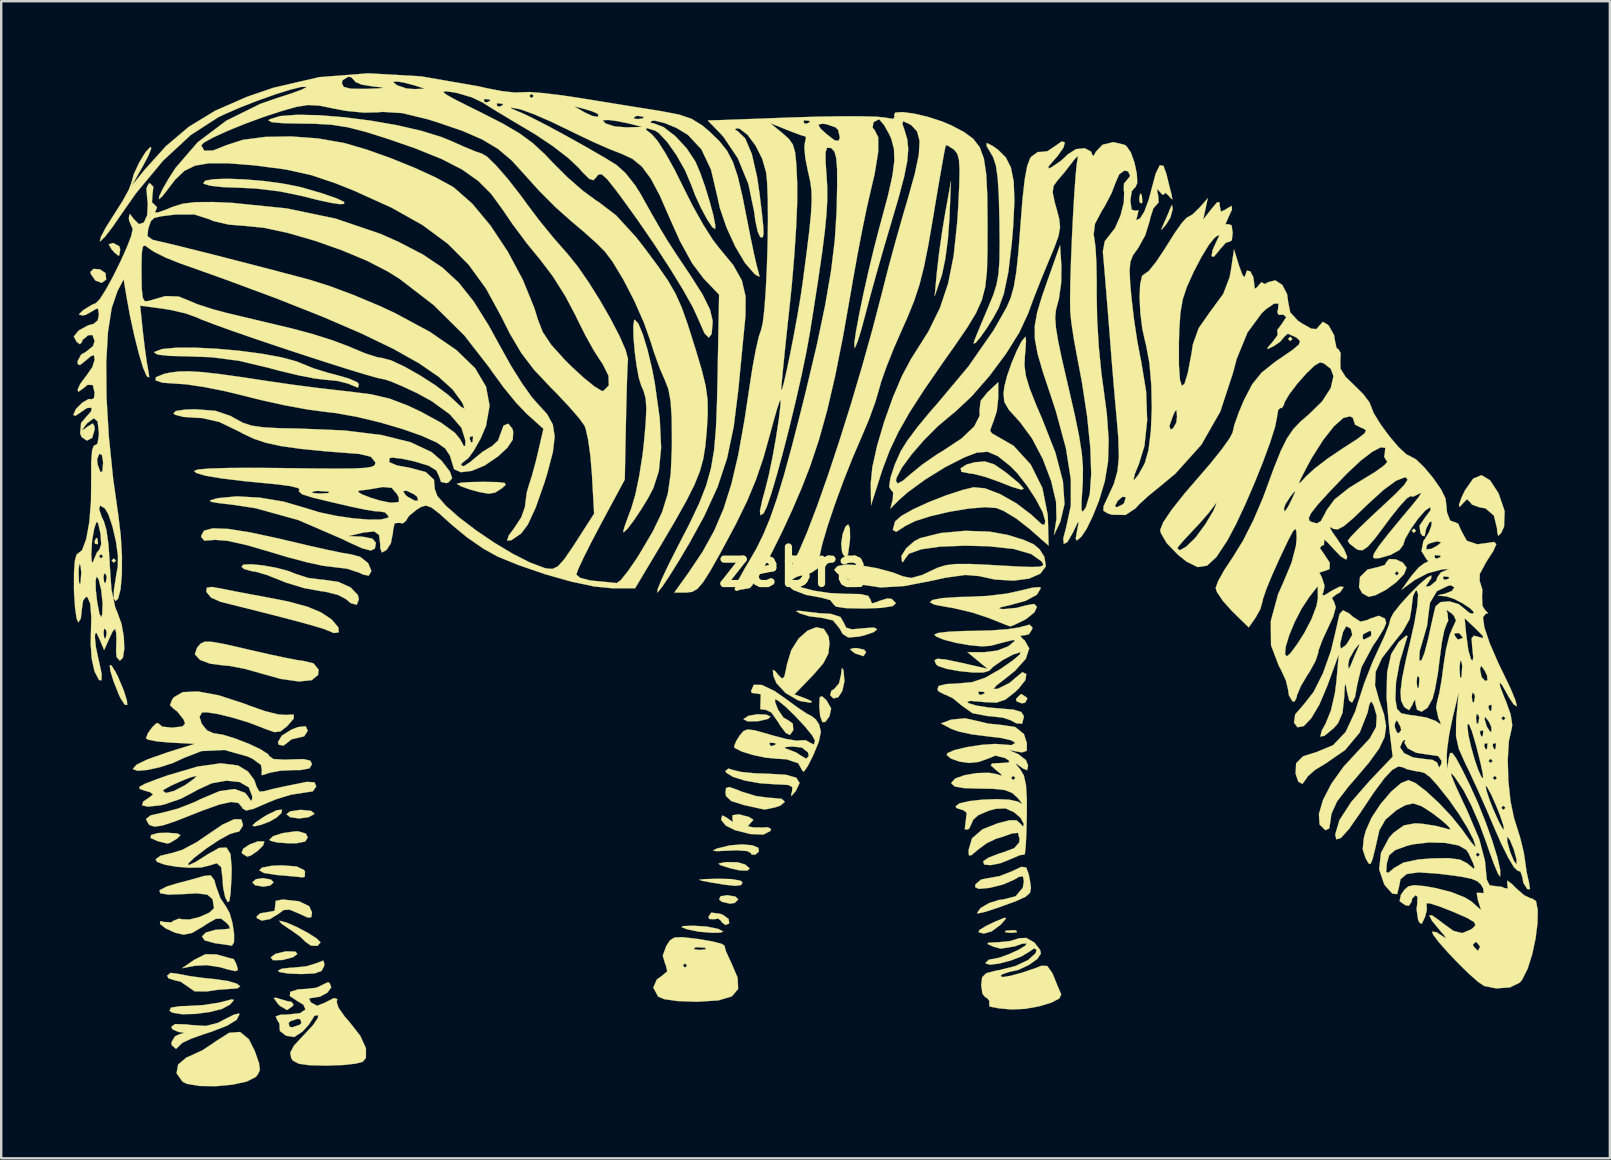
<source format=kicad_pcb>
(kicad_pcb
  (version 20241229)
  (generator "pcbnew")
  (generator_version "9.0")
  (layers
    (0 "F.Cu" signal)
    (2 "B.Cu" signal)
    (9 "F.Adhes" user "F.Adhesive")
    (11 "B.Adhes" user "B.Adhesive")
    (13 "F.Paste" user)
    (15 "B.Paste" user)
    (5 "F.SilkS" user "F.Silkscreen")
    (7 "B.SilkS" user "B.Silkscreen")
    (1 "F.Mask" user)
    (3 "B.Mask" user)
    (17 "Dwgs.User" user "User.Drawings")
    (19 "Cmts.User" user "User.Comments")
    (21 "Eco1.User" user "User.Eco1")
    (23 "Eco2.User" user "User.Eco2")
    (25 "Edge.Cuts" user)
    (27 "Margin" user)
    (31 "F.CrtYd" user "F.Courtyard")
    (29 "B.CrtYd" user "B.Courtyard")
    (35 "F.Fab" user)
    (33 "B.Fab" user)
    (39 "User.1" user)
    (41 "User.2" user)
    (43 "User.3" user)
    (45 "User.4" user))
  (footprint "zebra"
    (layer "F.Cu")
    (at 30.023 20.576)
    (property "Reference" "zebra" (at 0 0 0) (layer "F.SilkS") (effects (font (size 1.524 1.524) (thickness 0.3))))
    (attr through_hole)
    (fp_poly (pts (xy -28.242 -0.266) (xy -28.331 -0.178) (xy -28.42 -0.266) (xy -28.331 -0.355) (xy -28.242 -0.266)) (stroke (width 0.01) (type solid)) (fill yes) (layer "F.SilkS"))
    (fp_poly (pts (xy 20.782 -9.503) (xy 20.693 -9.414) (xy 20.604 -9.503) (xy 20.693 -9.592) (xy 20.782 -9.503)) (stroke (width 0.01) (type solid)) (fill yes) (layer "F.SilkS"))
    (fp_poly (pts (xy 25.933 -1.51) (xy 25.844 -1.421) (xy 25.755 -1.51) (xy 25.844 -1.599) (xy 25.933 -1.51)) (stroke (width 0.01) (type solid)) (fill yes) (layer "F.SilkS"))
    (fp_poly (pts (xy -29.012 -1.184) (xy -28.99 -0.973) (xy -29.012 -0.947) (xy -29.117 -0.972) (xy -29.13 -1.066) (xy -29.065 -1.212) (xy -29.012 -1.184)) (stroke (width 0.01) (type solid)) (fill yes) (layer "F.SilkS"))
    (fp_poly (pts (xy 9.281 15.158) (xy 9.303 15.223) (xy 9.059 15.247) (xy 8.807 15.22) (xy 8.837 15.158) (xy 9.2 15.134) (xy 9.281 15.158)) (stroke (width 0.01) (type solid)) (fill yes) (layer "F.SilkS"))
    (fp_poly (pts (xy 14.509 -15.486) (xy 14.53 -15.209) (xy 14.495 -15.146) (xy 14.414 -15.199) (xy 14.401 -15.379) (xy 14.445 -15.569) (xy 14.509 -15.486)) (stroke (width 0.01) (type solid)) (fill yes) (layer "F.SilkS"))
    (fp_poly (pts (xy -21.78 13.027) (xy -21.67 13.144) (xy -21.822 13.278) (xy -22.114 13.322) (xy -22.448 13.261) (xy -22.558 13.144) (xy -22.406 13.011) (xy -22.114 12.966) (xy -21.78 13.027)) (stroke (width 0.01) (type solid)) (fill yes) (layer "F.SilkS"))
    (fp_poly (pts (xy -2.425 13.736) (xy -2.309 13.855) (xy -2.457 14) (xy -2.654 14.032) (xy -2.994 13.951) (xy -3.108 13.855) (xy -3.046 13.723) (xy -2.764 13.677) (xy -2.425 13.736)) (stroke (width 0.01) (type solid)) (fill yes) (layer "F.SilkS"))
    (fp_poly (pts (xy 2.932 3.442) (xy 3.02 3.552) (xy 2.908 3.718) (xy 2.584 3.612) (xy 2.487 3.552) (xy 2.347 3.423) (xy 2.524 3.38) (xy 2.62 3.378) (xy 2.932 3.442)) (stroke (width 0.01) (type solid)) (fill yes) (layer "F.SilkS"))
    (fp_poly (pts (xy 9.711 5.44) (xy 9.735 5.493) (xy 9.649 5.655) (xy 9.503 5.684) (xy 9.282 5.594) (xy 9.27 5.493) (xy 9.454 5.309) (xy 9.503 5.302) (xy 9.711 5.44)) (stroke (width 0.01) (type solid)) (fill yes) (layer "F.SilkS"))
    (fp_poly (pts (xy -28.103 -13.366) (xy -28.064 -13.233) (xy -28.101 -12.996) (xy -28.131 -12.966) (xy -28.285 -13.084) (xy -28.42 -13.233) (xy -28.543 -13.443) (xy -28.38 -13.499) (xy -28.353 -13.499) (xy -28.103 -13.366)) (stroke (width 0.01) (type solid)) (fill yes) (layer "F.SilkS"))
    (fp_poly (pts (xy 1.363 5.549) (xy 1.562 5.898) (xy 1.493 6.221) (xy 1.319 6.46) (xy 1.196 6.465) (xy 1.103 6.21) (xy 1.066 5.794) (xy 1.083 5.436) (xy 1.174 5.383) (xy 1.363 5.549)) (stroke (width 0.01) (type solid)) (fill yes) (layer "F.SilkS"))
    (fp_poly (pts (xy -28.912 -12.403) (xy -28.685 -12.253) (xy -28.676 -12.24) (xy -28.648 -11.976) (xy -28.833 -11.839) (xy -29.092 -11.933) (xy -29.095 -11.936) (xy -29.282 -12.197) (xy -29.308 -12.291) (xy -29.179 -12.421) (xy -28.912 -12.403)) (stroke (width 0.01) (type solid)) (fill yes) (layer "F.SilkS"))
    (fp_poly (pts (xy -21.433 17.995) (xy -21.075 18.099) (xy -20.934 18.117) (xy -20.842 18.227) (xy -20.871 18.295) (xy -21.109 18.463) (xy -21.414 18.287) (xy -21.515 18.173) (xy -21.663 17.96) (xy -21.546 17.955) (xy -21.433 17.995)) (stroke (width 0.01) (type solid)) (fill yes) (layer "F.SilkS"))
    (fp_poly (pts (xy -20.765 16.028) (xy -20.679 16.129) (xy -20.865 16.263) (xy -21.298 16.377) (xy -21.317 16.38) (xy -21.7 16.386) (xy -21.794 16.267) (xy -21.592 16.12) (xy -21.185 16.022) (xy -21.15 16.018) (xy -20.765 16.028)) (stroke (width 0.01) (type solid)) (fill yes) (layer "F.SilkS"))
    (fp_poly (pts (xy -20.101 10.167) (xy -19.972 10.278) (xy -19.983 10.302) (xy -20.223 10.43) (xy -20.615 10.48) (xy -20.984 10.427) (xy -21.137 10.302) (xy -20.981 10.185) (xy -20.596 10.126) (xy -20.505 10.124) (xy -20.101 10.167)) (stroke (width 0.01) (type solid)) (fill yes) (layer "F.SilkS"))
    (fp_poly (pts (xy -2.33 12.307) (xy -2.024 12.398) (xy -1.831 12.563) (xy -1.926 12.651) (xy -2.244 12.645) (xy -2.664 12.55) (xy -3.057 12.425) (xy -3.131 12.359) (xy -2.909 12.312) (xy -2.802 12.298) (xy -2.33 12.307)) (stroke (width 0.01) (type solid)) (fill yes) (layer "F.SilkS"))
    (fp_poly (pts (xy -1.143 6.152) (xy -0.965 6.235) (xy -1.069 6.332) (xy -1.42 6.416) (xy -1.514 6.429) (xy -1.915 6.435) (xy -2.083 6.353) (xy -2.08 6.33) (xy -1.883 6.203) (xy -1.511 6.138) (xy -1.143 6.152)) (stroke (width 0.01) (type solid)) (fill yes) (layer "F.SilkS"))
    (fp_poly (pts (xy 15.794 -14.917) (xy 15.794 -14.91) (xy 15.7 -14.562) (xy 15.532 -14.288) (xy 15.336 -14.052) (xy 15.329 -14.096) (xy 15.419 -14.299) (xy 15.601 -14.716) (xy 15.682 -14.92) (xy 15.765 -15.091) (xy 15.794 -14.917)) (stroke (width 0.01) (type solid)) (fill yes) (layer "F.SilkS"))
    (fp_poly (pts (xy -22.058 11.454) (xy -22.109 11.607) (xy -22.338 11.833) (xy -22.616 12.022) (xy -22.77 12.073) (xy -22.965 11.952) (xy -23.002 11.9) (xy -22.936 11.737) (xy -22.666 11.56) (xy -22.335 11.437) (xy -22.084 11.435) (xy -22.058 11.454)) (stroke (width 0.01) (type solid)) (fill yes) (layer "F.SilkS"))
    (fp_poly (pts (xy -21.344 10.252) (xy -21.537 10.436) (xy -21.824 10.603) (xy -22.182 10.742) (xy -22.471 10.807) (xy -22.558 10.776) (xy -22.42 10.642) (xy -22.076 10.41) (xy -21.936 10.326) (xy -21.535 10.135) (xy -21.32 10.115) (xy -21.344 10.252)) (stroke (width 0.01) (type solid)) (fill yes) (layer "F.SilkS"))
    (fp_poly (pts (xy 2.342 -1.62) (xy 2.351 -1.229) (xy 2.34 -1.066) (xy 2.268 -0.55) (xy 2.179 -0.374) (xy 2.06 -0.521) (xy 2.018 -0.622) (xy 1.98 -0.96) (xy 2.039 -1.365) (xy 2.16 -1.685) (xy 2.273 -1.776) (xy 2.342 -1.62)) (stroke (width 0.01) (type solid)) (fill yes) (layer "F.SilkS"))
    (fp_poly (pts (xy 6.488 -14.476) (xy 6.426 -13.642) (xy 6.319 -12.838) (xy 6.187 -12.207) (xy 6.148 -12.078) (xy 5.874 -11.279) (xy 5.974 -12.345) (xy 6.06 -13.089) (xy 6.187 -13.977) (xy 6.314 -14.743) (xy 6.555 -16.075) (xy 6.488 -14.476)) (stroke (width 0.01) (type solid)) (fill yes) (layer "F.SilkS"))
    (fp_poly (pts (xy 8.85 14.643) (xy 8.665 14.865) (xy 8.628 14.905) (xy 8.253 15.183) (xy 7.93 15.276) (xy 7.707 15.222) (xy 7.735 15.132) (xy 8.009 14.964) (xy 8.431 14.762) (xy 8.434 14.762) (xy 8.786 14.618) (xy 8.85 14.643)) (stroke (width 0.01) (type solid)) (fill yes) (layer "F.SilkS"))
    (fp_poly (pts (xy -28.428 4.103) (xy -28.251 4.387) (xy -28.147 4.597) (xy -27.917 5.142) (xy -27.784 5.569) (xy -27.771 5.752) (xy -27.878 5.737) (xy -28.055 5.461) (xy -28.121 5.319) (xy -28.347 4.748) (xy -28.474 4.327) (xy -28.501 4.097) (xy -28.428 4.103)) (stroke (width 0.01) (type solid)) (fill yes) (layer "F.SilkS"))
    (fp_poly (pts (xy -25.68 11.106) (xy -25.554 11.174) (xy -25.683 11.311) (xy -25.7 11.323) (xy -25.985 11.495) (xy -26.1 11.525) (xy -26.338 11.467) (xy -26.51 11.423) (xy -26.799 11.293) (xy -26.777 11.169) (xy -26.485 11.087) (xy -26.11 11.075) (xy -25.68 11.106)) (stroke (width 0.01) (type solid)) (fill yes) (layer "F.SilkS"))
    (fp_poly (pts (xy -20.327 11.112) (xy -20.249 11.273) (xy -20.355 11.442) (xy -20.712 11.513) (xy -21.048 11.516) (xy -21.525 11.48) (xy -21.811 11.407) (xy -21.848 11.366) (xy -21.69 11.218) (xy -21.3 11.091) (xy -20.798 11.02) (xy -20.649 11.015) (xy -20.327 11.112)) (stroke (width 0.01) (type solid)) (fill yes) (layer "F.SilkS"))
    (fp_poly (pts (xy -20.249 6.826) (xy -20.397 7.057) (xy -20.594 7.105) (xy -20.934 7.186) (xy -21.048 7.283) (xy -21.259 7.445) (xy -21.455 7.41) (xy -21.492 7.304) (xy -21.333 7.031) (xy -20.919 6.772) (xy -20.649 6.671) (xy -20.336 6.637) (xy -20.249 6.826)) (stroke (width 0.01) (type solid)) (fill yes) (layer "F.SilkS"))
    (fp_poly (pts (xy -3.62 14.985) (xy -3.166 15.076) (xy -3.108 15.098) (xy -2.935 15.197) (xy -3.061 15.24) (xy -3.375 15.245) (xy -3.946 15.2) (xy -4.441 15.098) (xy -4.673 15.009) (xy -4.616 14.965) (xy -4.237 14.951) (xy -4.174 14.95) (xy -3.62 14.985)) (stroke (width 0.01) (type solid)) (fill yes) (layer "F.SilkS"))
    (fp_poly (pts (xy -3.065 14.453) (xy -2.945 14.495) (xy -2.71 14.671) (xy -2.684 14.855) (xy -2.842 14.92) (xy -3.014 14.789) (xy -3.02 14.748) (xy -3.15 14.651) (xy -3.286 14.678) (xy -3.514 14.671) (xy -3.552 14.584) (xy -3.434 14.403) (xy -3.065 14.453)) (stroke (width 0.01) (type solid)) (fill yes) (layer "F.SilkS"))
    (fp_poly (pts (xy -2.588 13.006) (xy -2.222 13.071) (xy -2.131 13.144) (xy -2.194 13.257) (xy -2.425 13.289) (xy -2.887 13.24) (xy -3.464 13.144) (xy -3.839 13.073) (xy -3.935 13.032) (xy -3.726 13.009) (xy -3.189 12.993) (xy -3.153 12.992) (xy -2.588 13.006)) (stroke (width 0.01) (type solid)) (fill yes) (layer "F.SilkS"))
    (fp_poly (pts (xy 2.068 4.281) (xy 2.079 4.321) (xy 2.116 4.768) (xy 2.028 5.164) (xy 1.86 5.428) (xy 1.657 5.478) (xy 1.521 5.347) (xy 1.569 5.159) (xy 1.688 5.086) (xy 1.89 4.851) (xy 1.974 4.491) (xy 2.008 4.21) (xy 2.068 4.281)) (stroke (width 0.01) (type solid)) (fill yes) (layer "F.SilkS"))
    (fp_poly (pts (xy -20.714 12.48) (xy -20.405 12.628) (xy -20.362 12.7) (xy -20.375 12.913) (xy -20.477 12.934) (xy -20.774 12.902) (xy -21.276 12.857) (xy -21.541 12.836) (xy -22.071 12.754) (xy -22.269 12.641) (xy -22.154 12.529) (xy -21.741 12.451) (xy -21.323 12.434) (xy -20.714 12.48)) (stroke (width 0.01) (type solid)) (fill yes) (layer "F.SilkS"))
    (fp_poly (pts (xy -12.33 -3.537) (xy -12.041 -3.501) (xy -12 -3.422) (xy -12.156 -3.281) (xy -12.157 -3.28) (xy -12.435 -3.101) (xy -12.71 -3.051) (xy -13.113 -3.123) (xy -13.455 -3.218) (xy -13.843 -3.352) (xy -14.029 -3.46) (xy -14.032 -3.469) (xy -13.87 -3.511) (xy -13.449 -3.539) (xy -12.922 -3.547) (xy -12.33 -3.537)) (stroke (width 0.01) (type solid)) (fill yes) (layer "F.SilkS"))
    (fp_poly (pts (xy -1.726 11.598) (xy -1.47 11.701) (xy -1.449 11.86) (xy -1.599 11.99) (xy -1.763 11.984) (xy -1.776 11.927) (xy -1.937 11.839) (xy -2.358 11.807) (xy -2.709 11.82) (xy -3.204 11.843) (xy -3.366 11.817) (xy -3.214 11.739) (xy -3.197 11.733) (xy -2.661 11.602) (xy -2.147 11.561) (xy -1.726 11.598)) (stroke (width 0.01) (type solid)) (fill yes) (layer "F.SilkS"))
    (fp_poly (pts (xy -24.056 16.146) (xy -23.915 16.182) (xy -23.528 16.291) (xy -23.336 16.341) (xy -23.333 16.341) (xy -23.257 16.479) (xy -23.204 16.608) (xy -23.158 16.791) (xy -23.262 16.843) (xy -23.59 16.77) (xy -23.89 16.681) (xy -24.467 16.593) (xy -24.956 16.62) (xy -25.489 16.722) (xy -24.98 16.372) (xy -24.515 16.137) (xy -24.056 16.146)) (stroke (width 0.01) (type solid)) (fill yes) (layer "F.SilkS"))
    (fp_poly (pts (xy -23.322 18.042) (xy -23.462 18.209) (xy -23.494 18.241) (xy -23.821 18.416) (xy -24.341 18.548) (xy -24.938 18.626) (xy -25.494 18.638) (xy -25.894 18.572) (xy -26.009 18.492) (xy -25.95 18.363) (xy -25.558 18.301) (xy -25.276 18.295) (xy -24.609 18.257) (xy -23.974 18.16) (xy -23.809 18.12) (xy -23.42 18.018) (xy -23.322 18.042)) (stroke (width 0.01) (type solid)) (fill yes) (layer "F.SilkS"))
    (fp_poly (pts (xy -21.125 14.82) (xy -20.694 15.009) (xy -20.238 15.251) (xy -19.874 15.482) (xy -19.716 15.642) (xy -19.716 15.647) (xy -19.845 15.79) (xy -20.112 15.78) (xy -20.341 15.625) (xy -20.347 15.616) (xy -20.569 15.401) (xy -20.958 15.124) (xy -21.023 15.084) (xy -21.34 14.868) (xy -21.437 14.75) (xy -21.415 14.743) (xy -21.125 14.82)) (stroke (width 0.01) (type solid)) (fill yes) (layer "F.SilkS"))
    (fp_poly (pts (xy -19.554 16.538) (xy -19.57 16.637) (xy -19.674 16.834) (xy -19.945 16.933) (xy -20.47 16.963) (xy -20.563 16.963) (xy -21.083 16.94) (xy -21.42 16.881) (xy -21.492 16.83) (xy -21.336 16.742) (xy -20.95 16.698) (xy -20.859 16.697) (xy -20.32 16.643) (xy -19.882 16.512) (xy -19.866 16.504) (xy -19.604 16.401) (xy -19.554 16.538)) (stroke (width 0.01) (type solid)) (fill yes) (layer "F.SilkS"))
    (fp_poly (pts (xy 8.35 -4.278) (xy 8.817 -3.958) (xy 8.876 -3.912) (xy 9.376 -3.498) (xy 9.586 -3.269) (xy 9.498 -3.217) (xy 9.105 -3.334) (xy 8.526 -3.561) (xy 7.963 -3.76) (xy 7.474 -3.882) (xy 7.327 -3.898) (xy 6.99 -3.966) (xy 6.957 -4.108) (xy 7.2 -4.267) (xy 7.544 -4.363) (xy 7.974 -4.397) (xy 8.35 -4.278)) (stroke (width 0.01) (type solid)) (fill yes) (layer "F.SilkS"))
    (fp_poly (pts (xy -25.622 16.961) (xy -25.168 17.049) (xy -24.532 17.134) (xy -24.112 17.175) (xy -23.573 17.253) (xy -23.209 17.363) (xy -23.064 17.475) (xy -23.182 17.559) (xy -23.513 17.585) (xy -24.012 17.621) (xy -24.455 17.689) (xy -24.963 17.683) (xy -25.21 17.511) (xy -25.559 17.275) (xy -25.777 17.229) (xy -26.053 17.142) (xy -26.11 17.031) (xy -25.963 16.914) (xy -25.622 16.961)) (stroke (width 0.01) (type solid)) (fill yes) (layer "F.SilkS"))
    (fp_poly (pts (xy -2.351 9.285) (xy -2.176 9.359) (xy -1.584 9.542) (xy -1.003 9.622) (xy -0.933 9.621) (xy -0.503 9.662) (xy -0.367 9.786) (xy -0.548 9.942) (xy -0.755 10.013) (xy -1.102 10.09) (xy -1.243 10.103) (xy -1.456 10.057) (xy -1.887 9.962) (xy -2.087 9.917) (xy -2.596 9.757) (xy -2.818 9.549) (xy -2.842 9.413) (xy -2.818 9.21) (xy -2.685 9.17) (xy -2.351 9.285)) (stroke (width 0.01) (type solid)) (fill yes) (layer "F.SilkS"))
    (fp_poly (pts (xy -20.608 13.932) (xy -20.189 14.137) (xy -20.071 14.395) (xy -20.1 14.596) (xy -20.249 14.61) (xy -20.614 14.444) (xy -20.615 14.444) (xy -21.008 14.278) (xy -21.258 14.297) (xy -21.472 14.458) (xy -21.824 14.673) (xy -22.163 14.737) (xy -22.365 14.636) (xy -22.38 14.565) (xy -22.229 14.431) (xy -21.942 14.387) (xy -21.627 14.326) (xy -21.606 14.121) (xy -21.583 13.913) (xy -21.289 13.857) (xy -20.608 13.932)) (stroke (width 0.01) (type solid)) (fill yes) (layer "F.SilkS"))
    (fp_poly (pts (xy -22.701 19.681) (xy -22.456 20.17) (xy -22.28 20.671) (xy -22.244 20.965) (xy -22.343 21.17) (xy -22.426 21.259) (xy -22.792 21.444) (xy -23.386 21.573) (xy -24.082 21.637) (xy -24.756 21.628) (xy -25.282 21.539) (xy -25.464 21.452) (xy -25.716 21.1) (xy -25.652 20.734) (xy -25.297 20.436) (xy -25.134 20.37) (xy -24.617 20.128) (xy -24.109 19.787) (xy -24.099 19.778) (xy -23.526 19.412) (xy -23.069 19.377) (xy -22.701 19.681)) (stroke (width 0.01) (type solid)) (fill yes) (layer "F.SilkS"))
    (fp_poly (pts (xy 29.017 -3.615) (xy 29.372 -3.073) (xy 29.627 -2.33) (xy 29.604 -1.685) (xy 29.485 -1.421) (xy 29.36 -1.294) (xy 29.314 -1.476) (xy 29.31 -1.607) (xy 29.18 -2.138) (xy 28.832 -2.441) (xy 28.576 -2.487) (xy 28.266 -2.599) (xy 28.181 -2.709) (xy 28.059 -2.822) (xy 27.903 -2.664) (xy 27.746 -2.496) (xy 27.725 -2.594) (xy 27.834 -2.901) (xy 27.969 -3.184) (xy 28.316 -3.681) (xy 28.663 -3.825) (xy 29.017 -3.615)) (stroke (width 0.01) (type solid)) (fill yes) (layer "F.SilkS"))
    (fp_poly (pts (xy -2.531 8.46) (xy -2.193 8.541) (xy -1.635 8.597) (xy -1.117 8.614) (xy -0.339 8.656) (xy 0.109 8.782) (xy 0.248 9.002) (xy 0.093 9.329) (xy 0.089 9.335) (xy -0.093 9.548) (xy -0.105 9.477) (xy -0.07 9.37) (xy -0.053 9.175) (xy -0.232 9.083) (xy -0.683 9.058) (xy -0.736 9.058) (xy -1.401 9.014) (xy -2.031 8.902) (xy -2.533 8.745) (xy -2.813 8.57) (xy -2.842 8.499) (xy -2.718 8.4) (xy -2.531 8.46)) (stroke (width 0.01) (type solid)) (fill yes) (layer "F.SilkS"))
    (fp_poly (pts (xy -1.865 10.416) (xy -1.675 10.539) (xy -1.806 10.679) (xy -1.912 10.802) (xy -1.687 10.853) (xy -1.267 10.858) (xy -1.092 10.844) (xy -0.943 10.915) (xy -0.97 11.001) (xy -1.264 11.153) (xy -1.816 11.128) (xy -2.442 10.969) (xy -2.832 10.775) (xy -3.017 10.546) (xy -3.02 10.521) (xy -2.979 10.352) (xy -2.797 10.441) (xy -2.719 10.502) (xy -2.522 10.632) (xy -2.552 10.524) (xy -2.547 10.345) (xy -2.288 10.306) (xy -1.865 10.416)) (stroke (width 0.01) (type solid)) (fill yes) (layer "F.SilkS"))
    (fp_poly (pts (xy -23.855 0.9) (xy -23.293 1.014) (xy -22.576 1.149) (xy -22.114 1.233) (xy -21.048 1.443) (xy -20.265 1.655) (xy -19.695 1.893) (xy -19.266 2.181) (xy -19.243 2.2) (xy -18.975 2.515) (xy -18.955 2.724) (xy -19.162 2.754) (xy -19.365 2.668) (xy -19.61 2.573) (xy -20.111 2.423) (xy -20.89 2.212) (xy -21.965 1.933) (xy -23.36 1.583) (xy -23.889 1.451) (xy -24.281 1.275) (xy -24.475 1.037) (xy -24.457 0.865) (xy -24.253 0.831) (xy -23.855 0.9)) (stroke (width 0.01) (type solid)) (fill yes) (layer "F.SilkS"))
    (fp_poly (pts (xy 0.511 1.862) (xy 1.072 1.928) (xy 1.549 1.954) (xy 1.949 2.083) (xy 2.08 2.308) (xy 2.188 2.528) (xy 2.425 2.599) (xy 2.898 2.553) (xy 2.907 2.552) (xy 3.345 2.524) (xy 3.48 2.593) (xy 3.336 2.717) (xy 2.936 2.853) (xy 2.703 2.904) (xy 2.279 2.94) (xy 2.042 2.793) (xy 1.92 2.572) (xy 1.641 2.227) (xy 1.17 2.119) (xy 0.65 2.055) (xy 0.266 1.938) (xy 0.099 1.837) (xy 0.237 1.825) (xy 0.511 1.862)) (stroke (width 0.01) (type solid)) (fill yes) (layer "F.SilkS"))
    (fp_poly (pts (xy 25.094 -0.317) (xy 25.384 -0.183) (xy 25.542 0.031) (xy 25.437 0.298) (xy 25.115 0.633) (xy 24.679 0.954) (xy 24.235 1.182) (xy 23.959 1.243) (xy 23.689 1.093) (xy 23.558 0.844) (xy 23.6 0.418) (xy 23.754 0.266) (xy 25.045 0.266) (xy 25.134 0.355) (xy 25.222 0.266) (xy 25.134 0.178) (xy 25.045 0.266) (xy 23.754 0.266) (xy 23.913 0.108) (xy 24.368 0) (xy 24.638 -0.087) (xy 24.69 -0.19) (xy 24.815 -0.331) (xy 25.094 -0.317)) (stroke (width 0.01) (type solid)) (fill yes) (layer "F.SilkS"))
    (fp_poly (pts (xy -22.887 -16.152) (xy -22.114 -16.087) (xy -21.346 -15.987) (xy -20.653 -15.854) (xy -20.434 -15.799) (xy -19.606 -15.555) (xy -19.03 -15.354) (xy -18.732 -15.209) (xy -18.736 -15.13) (xy -18.917 -15.119) (xy -19.261 -15.17) (xy -19.826 -15.291) (xy -20.492 -15.459) (xy -20.515 -15.465) (xy -21.417 -15.65) (xy -22.435 -15.772) (xy -23.125 -15.804) (xy -23.789 -15.828) (xy -24.307 -15.886) (xy -24.583 -15.968) (xy -24.601 -15.986) (xy -24.521 -16.097) (xy -24.162 -16.16) (xy -23.593 -16.177) (xy -22.887 -16.152)) (stroke (width 0.01) (type solid)) (fill yes) (layer "F.SilkS"))
    (fp_poly (pts (xy -24.27 3.117) (xy -23.822 3.192) (xy -23.129 3.346) (xy -22.671 3.454) (xy -21.865 3.638) (xy -21.168 3.787) (xy -20.664 3.883) (xy -20.455 3.91) (xy -20.009 4.016) (xy -19.797 4.279) (xy -19.818 4.499) (xy -20.083 4.717) (xy -20.616 4.773) (xy -21.372 4.666) (xy -22.203 4.433) (xy -22.871 4.246) (xy -23.513 4.123) (xy -23.812 4.096) (xy -24.33 4.027) (xy -24.732 3.874) (xy -24.75 3.861) (xy -24.955 3.638) (xy -24.867 3.379) (xy -24.824 3.319) (xy -24.704 3.184) (xy -24.542 3.115) (xy -24.27 3.117)) (stroke (width 0.01) (type solid)) (fill yes) (layer "F.SilkS"))
    (fp_poly (pts (xy -23.091 18.635) (xy -23.214 18.873) (xy -23.608 19.115) (xy -24.308 19.383) (xy -24.556 19.462) (xy -25.096 19.653) (xy -25.466 19.826) (xy -25.578 19.926) (xy -25.714 20.067) (xy -25.755 20.071) (xy -25.915 19.928) (xy -25.933 19.818) (xy -25.786 19.564) (xy -25.622 19.483) (xy -25.403 19.416) (xy -25.529 19.388) (xy -25.622 19.381) (xy -25.886 19.27) (xy -25.933 19.163) (xy -25.78 19.049) (xy -25.312 19.061) (xy -25.125 19.086) (xy -24.496 19.127) (xy -23.995 18.999) (xy -23.704 18.846) (xy -23.324 18.655) (xy -23.109 18.609) (xy -23.091 18.635)) (stroke (width 0.01) (type solid)) (fill yes) (layer "F.SilkS"))
    (fp_poly (pts (xy -22.126 -0.067) (xy -21.583 0.029) (xy -21.074 0.162) (xy -20.746 0.291) (xy -20.235 0.456) (xy -19.637 0.532) (xy -19.587 0.533) (xy -18.974 0.622) (xy -18.465 0.851) (xy -18.162 1.166) (xy -18.117 1.342) (xy -18.207 1.576) (xy -18.457 1.509) (xy -18.657 1.339) (xy -18.986 1.166) (xy -19.507 1.034) (xy -19.734 1.004) (xy -20.41 0.879) (xy -21.146 0.655) (xy -21.399 0.553) (xy -21.949 0.336) (xy -22.408 0.201) (xy -22.57 0.178) (xy -22.904 0.086) (xy -23.007 -0.008) (xy -22.932 -0.098) (xy -22.606 -0.114) (xy -22.126 -0.067)) (stroke (width 0.01) (type solid)) (fill yes) (layer "F.SilkS"))
    (fp_poly (pts (xy 1.256 2.581) (xy 1.455 2.893) (xy 1.494 3.182) (xy 1.445 3.61) (xy 1.233 4.019) (xy 0.798 4.521) (xy 0.771 4.549) (xy 0.032 5.31) (xy 0.504 5.483) (xy 0.756 5.602) (xy 0.723 5.656) (xy 0.71 5.656) (xy 0.299 5.593) (xy 0.178 5.555) (xy -0.338 5.253) (xy -0.72 4.84) (xy -0.849 4.529) (xy -0.866 4.285) (xy -0.765 4.346) (xy -0.65 4.487) (xy -0.488 4.65) (xy -0.39 4.577) (xy -0.309 4.216) (xy -0.285 4.076) (xy -0.1 3.467) (xy 0.206 2.984) (xy 0.573 2.656) (xy 0.943 2.511) (xy 1.256 2.581)) (stroke (width 0.01) (type solid)) (fill yes) (layer "F.SilkS"))
    (fp_poly (pts (xy 9.682 -9.434) (xy 9.66 -9.035) (xy 9.636 -8.8) (xy 9.618 -8.387) (xy 9.677 -7.959) (xy 9.836 -7.432) (xy 10.118 -6.721) (xy 10.352 -6.18) (xy 10.909 -4.758) (xy 11.22 -3.576) (xy 11.287 -2.622) (xy 11.112 -1.884) (xy 11.103 -1.865) (xy 10.847 -1.332) (xy 10.951 -2.006) (xy 10.934 -2.711) (xy 10.731 -3.577) (xy 10.383 -4.496) (xy 9.933 -5.356) (xy 9.423 -6.049) (xy 9.369 -6.107) (xy 8.968 -6.548) (xy 8.778 -6.877) (xy 8.744 -7.222) (xy 8.78 -7.515) (xy 8.892 -7.958) (xy 9.079 -8.492) (xy 9.298 -9.013) (xy 9.505 -9.414) (xy 9.653 -9.59) (xy 9.662 -9.592) (xy 9.682 -9.434)) (stroke (width 0.01) (type solid)) (fill yes) (layer "F.SilkS"))
    (fp_poly (pts (xy -23.574 -1.587) (xy -22.652 -1.442) (xy -21.421 -1.176) (xy -21.146 -1.11) (xy -20.252 -0.899) (xy -19.467 -0.723) (xy -18.863 -0.596) (xy -18.513 -0.536) (xy -18.471 -0.533) (xy -18.064 -0.422) (xy -17.733 -0.16) (xy -17.603 0.148) (xy -17.61 0.198) (xy -17.707 0.362) (xy -17.94 0.319) (xy -18.117 0.233) (xy -18.61 0.073) (xy -19.185 0.003) (xy -19.2 0.003) (xy -19.629 -0.052) (xy -20.296 -0.198) (xy -21.1 -0.412) (xy -21.763 -0.611) (xy -22.796 -0.912) (xy -23.593 -1.089) (xy -24.113 -1.131) (xy -24.189 -1.122) (xy -24.56 -1.097) (xy -24.687 -1.249) (xy -24.69 -1.299) (xy -24.572 -1.514) (xy -24.207 -1.61) (xy -23.574 -1.587)) (stroke (width 0.01) (type solid)) (fill yes) (layer "F.SilkS"))
    (fp_poly (pts (xy -24.052 -9.095) (xy -23.101 -9.01) (xy -22.177 -8.889) (xy -21.358 -8.739) (xy -20.717 -8.567) (xy -20.47 -8.465) (xy -20.008 -8.279) (xy -19.383 -8.085) (xy -19.05 -7.999) (xy -18.533 -7.851) (xy -18.194 -7.702) (xy -18.117 -7.62) (xy -18.155 -7.473) (xy -18.162 -7.473) (xy -18.339 -7.544) (xy -18.562 -7.638) (xy -18.987 -7.748) (xy -19.522 -7.803) (xy -19.538 -7.803) (xy -19.982 -7.857) (xy -20.653 -7.99) (xy -21.44 -8.179) (xy -21.848 -8.289) (xy -23.105 -8.59) (xy -24.271 -8.741) (xy -25.173 -8.774) (xy -26.008 -8.795) (xy -26.497 -8.848) (xy -26.649 -8.933) (xy -26.631 -8.965) (xy -26.321 -9.081) (xy -25.738 -9.137) (xy -24.956 -9.14) (xy -24.052 -9.095)) (stroke (width 0.01) (type solid)) (fill yes) (layer "F.SilkS"))
    (fp_poly (pts (xy 9.692 12.522) (xy 9.798 12.815) (xy 9.848 13.086) (xy 9.889 13.375) (xy 9.849 13.577) (xy 9.668 13.741) (xy 9.285 13.916) (xy 8.64 14.153) (xy 8.481 14.21) (xy 8.003 14.365) (xy 7.697 14.435) (xy 7.638 14.424) (xy 7.788 14.213) (xy 8.145 14.005) (xy 8.565 13.874) (xy 8.712 13.86) (xy 9.247 13.724) (xy 9.548 13.367) (xy 9.592 13.104) (xy 9.557 12.891) (xy 9.389 12.914) (xy 9.192 13.03) (xy 8.739 13.227) (xy 8.178 13.37) (xy 8.137 13.376) (xy 7.711 13.414) (xy 7.56 13.34) (xy 7.578 13.22) (xy 7.812 13.025) (xy 8.11 12.966) (xy 8.576 12.884) (xy 9.084 12.687) (xy 9.488 12.497) (xy 9.692 12.522)) (stroke (width 0.01) (type solid)) (fill yes) (layer "F.SilkS"))
    (fp_poly (pts (xy -6.471 -10.139) (xy -6.286 -9.696) (xy -6.089 -9.045) (xy -5.901 -8.258) (xy -5.789 -7.678) (xy -5.58 -6.181) (xy -5.523 -4.969) (xy -5.617 -4.003) (xy -5.846 -3.286) (xy -6.073 -2.858) (xy -6.363 -2.383) (xy -6.663 -1.937) (xy -6.919 -1.599) (xy -7.078 -1.445) (xy -7.105 -1.469) (xy -7.045 -1.688) (xy -6.89 -2.121) (xy -6.766 -2.445) (xy -6.601 -3.001) (xy -6.437 -3.785) (xy -6.298 -4.668) (xy -6.243 -5.144) (xy -6.165 -6.01) (xy -6.139 -6.61) (xy -6.168 -7.027) (xy -6.257 -7.346) (xy -6.343 -7.532) (xy -6.449 -7.864) (xy -6.545 -8.38) (xy -6.624 -8.98) (xy -6.673 -9.564) (xy -6.684 -10.032) (xy -6.646 -10.284) (xy -6.621 -10.302) (xy -6.471 -10.139)) (stroke (width 0.01) (type solid)) (fill yes) (layer "F.SilkS"))
    (fp_poly (pts (xy 8.298 -17.541) (xy 8.519 -17.384) (xy 8.838 -17.07) (xy 9.052 -16.647) (xy 9.17 -16.06) (xy 9.199 -15.258) (xy 9.147 -14.187) (xy 9.092 -13.52) (xy 8.946 -12.293) (xy 8.757 -11.38) (xy 8.54 -10.79) (xy 8.306 -10.363) (xy 8.037 -9.936) (xy 7.781 -9.574) (xy 7.585 -9.342) (xy 7.499 -9.306) (xy 7.522 -9.414) (xy 7.638 -9.705) (xy 7.848 -10.212) (xy 8.109 -10.828) (xy 8.112 -10.835) (xy 8.315 -11.329) (xy 8.451 -11.755) (xy 8.534 -12.201) (xy 8.575 -12.753) (xy 8.584 -13.497) (xy 8.576 -14.36) (xy 8.55 -15.428) (xy 8.503 -16.197) (xy 8.428 -16.722) (xy 8.319 -17.061) (xy 8.269 -17.152) (xy 8.039 -17.542) (xy 8.046 -17.669) (xy 8.298 -17.541)) (stroke (width 0.01) (type solid)) (fill yes) (layer "F.SilkS"))
    (fp_poly (pts (xy 10.302 0.875) (xy 10.134 1.159) (xy 9.665 1.411) (xy 9.033 1.585) (xy 8.623 1.68) (xy 8.556 1.736) (xy 8.736 1.757) (xy 9.287 1.705) (xy 9.669 1.603) (xy 10.022 1.54) (xy 10.14 1.661) (xy 10.031 1.892) (xy 9.703 2.159) (xy 9.6 2.216) (xy 9.23 2.397) (xy 9.029 2.477) (xy 9.023 2.477) (xy 8.843 2.411) (xy 8.44 2.251) (xy 8.138 2.13) (xy 7.426 1.894) (xy 6.638 1.71) (xy 6.392 1.67) (xy 5.867 1.572) (xy 5.674 1.469) (xy 5.787 1.374) (xy 6.184 1.298) (xy 6.839 1.252) (xy 7.283 1.244) (xy 8.083 1.206) (xy 8.875 1.109) (xy 9.458 0.983) (xy 9.939 0.864) (xy 10.245 0.839) (xy 10.302 0.875)) (stroke (width 0.01) (type solid)) (fill yes) (layer "F.SilkS"))
    (fp_poly (pts (xy -22.947 10.744) (xy -22.955 10.791) (xy -23.114 11.03) (xy -23.244 11.054) (xy -23.491 11.127) (xy -23.926 11.365) (xy -24.456 11.716) (xy -24.461 11.72) (xy -24.985 12.122) (xy -25.235 12.365) (xy -25.213 12.43) (xy -24.922 12.294) (xy -24.424 11.978) (xy -23.943 11.707) (xy -23.633 11.692) (xy -23.468 11.961) (xy -23.418 12.538) (xy -23.426 12.913) (xy -23.463 13.577) (xy -23.512 13.918) (xy -23.584 13.969) (xy -23.689 13.764) (xy -23.691 13.759) (xy -23.775 13.363) (xy -23.801 12.982) (xy -23.856 12.508) (xy -24.042 12.346) (xy -24.35 12.442) (xy -24.684 12.522) (xy -25.174 12.534) (xy -25.716 12.492) (xy -26.201 12.407) (xy -26.523 12.292) (xy -26.592 12.186) (xy -26.388 12.035) (xy -25.982 11.936) (xy -25.951 11.933) (xy -25.475 11.787) (xy -24.872 11.465) (xy -24.455 11.179) (xy -23.805 10.738) (xy -23.316 10.514) (xy -23.019 10.513) (xy -22.947 10.744)) (stroke (width 0.01) (type solid)) (fill yes) (layer "F.SilkS"))
    (fp_poly (pts (xy -4.074 15.491) (xy -3.957 15.507) (xy -3.391 15.603) (xy -3.004 15.703) (xy -2.883 15.779) (xy -2.828 15.999) (xy -2.652 16.389) (xy -2.612 16.466) (xy -2.334 17.118) (xy -2.315 17.586) (xy -2.575 17.893) (xy -3.137 18.062) (xy -4.02 18.117) (xy -4.085 18.117) (xy -4.848 18.089) (xy -5.398 18.009) (xy -5.648 17.904) (xy -5.85 17.529) (xy -5.704 17.191) (xy -5.508 17.053) (xy -5.267 16.85) (xy -5.324 16.608) (xy -4.618 16.608) (xy -4.529 16.697) (xy -4.441 16.608) (xy -4.529 16.519) (xy -4.618 16.608) (xy -5.324 16.608) (xy -5.33 16.584) (xy -5.353 16.546) (xy -5.455 16.195) (xy -5.359 15.933) (xy -4.152 15.933) (xy -3.908 15.958) (xy -3.656 15.93) (xy -3.686 15.868) (xy -4.049 15.845) (xy -4.13 15.868) (xy -4.152 15.933) (xy -5.359 15.933) (xy -5.307 15.791) (xy -5.152 15.555) (xy -4.962 15.441) (xy -4.636 15.426) (xy -4.074 15.491)) (stroke (width 0.01) (type solid)) (fill yes) (layer "F.SilkS"))
    (fp_poly (pts (xy -24.14 13.05) (xy -24.071 13.307) (xy -23.89 13.801) (xy -23.654 14.154) (xy -23.502 14.429) (xy -23.384 14.847) (xy -23.318 15.29) (xy -23.321 15.641) (xy -23.408 15.782) (xy -23.421 15.78) (xy -23.661 15.74) (xy -24.087 15.683) (xy -24.112 15.68) (xy -24.539 15.564) (xy -24.656 15.398) (xy -24.497 15.233) (xy -24.094 15.12) (xy -23.749 15.098) (xy -23.489 15.072) (xy -23.536 14.937) (xy -23.656 14.812) (xy -23.86 14.654) (xy -24.08 14.663) (xy -24.43 14.86) (xy -24.6 14.974) (xy -25.066 15.25) (xy -25.421 15.323) (xy -25.774 15.242) (xy -26.178 15.056) (xy -26.406 14.873) (xy -26.394 14.757) (xy -26.234 14.794) (xy -25.938 14.81) (xy -25.844 14.743) (xy -25.617 14.653) (xy -25.48 14.682) (xy -25.167 14.689) (xy -24.748 14.582) (xy -24.365 14.412) (xy -24.163 14.234) (xy -24.157 14.203) (xy -24.215 13.845) (xy -24.434 13.654) (xy -24.881 13.6) (xy -25.412 13.631) (xy -26.057 13.654) (xy -26.399 13.595) (xy -26.425 13.474) (xy -26.12 13.312) (xy -25.711 13.189) (xy -25.145 13.04) (xy -24.668 12.905) (xy -24.574 12.877) (xy -24.294 12.848) (xy -24.14 13.05)) (stroke (width 0.01) (type solid)) (fill yes) (layer "F.SilkS"))
    (fp_poly (pts (xy 8.174 -1.471) (xy 8.945 -1.329) (xy 9.599 -1.123) (xy 10.003 -0.943) (xy 10.252 -0.732) (xy 10.442 -0.431) (xy 10.447 -0.422) (xy 10.51 -0.028) (xy 10.279 0.28) (xy 9.811 0.485) (xy 9.16 0.571) (xy 8.383 0.523) (xy 7.719 0.379) (xy 7.157 0.333) (xy 6.327 0.448) (xy 5.862 0.551) (xy 4.62 0.794) (xy 3.621 0.855) (xy 2.799 0.732) (xy 2.234 0.505) (xy 1.821 0.27) (xy 1.69 0.12) (xy 1.796 -0.006) (xy 1.859 -0.043) (xy 2.217 -0.104) (xy 2.793 -0.067) (xy 3.472 0.051) (xy 4.137 0.23) (xy 4.549 0.39) (xy 4.898 0.459) (xy 5.348 0.337) (xy 5.665 0.187) (xy 6.014 0.025) (xy 6.353 -0.076) (xy 6.764 -0.123) (xy 7.332 -0.125) (xy 8.141 -0.088) (xy 8.488 -0.067) (xy 9.369 -0.018) (xy 9.947 0.001) (xy 10.274 -0.015) (xy 10.399 -0.071) (xy 10.376 -0.17) (xy 10.327 -0.235) (xy 9.892 -0.542) (xy 9.166 -0.75) (xy 8.129 -0.862) (xy 7.158 -0.887) (xy 6.103 -0.848) (xy 5.308 -0.734) (xy 4.803 -0.552) (xy 4.619 -0.309) (xy 4.618 -0.297) (xy 4.547 -0.199) (xy 4.515 -0.222) (xy 4.49 -0.46) (xy 4.689 -0.779) (xy 5.03 -1.077) (xy 5.277 -1.204) (xy 6.131 -1.416) (xy 7.153 -1.507) (xy 8.174 -1.471)) (stroke (width 0.01) (type solid)) (fill yes) (layer "F.SilkS"))
    (fp_poly (pts (xy 10.033 15.652) (xy 10.268 15.955) (xy 10.302 16.11) (xy 10.154 16.334) (xy 9.797 16.587) (xy 9.363 16.792) (xy 8.989 16.874) (xy 8.686 16.975) (xy 8.619 17.045) (xy 8.708 17.09) (xy 9.039 17.036) (xy 9.52 16.905) (xy 10.061 16.722) (xy 10.325 16.618) (xy 10.568 16.627) (xy 10.777 16.921) (xy 10.847 17.085) (xy 11.021 17.516) (xy 11.141 17.792) (xy 11.15 17.809) (xy 11.072 17.98) (xy 10.734 18.156) (xy 10.228 18.309) (xy 9.648 18.413) (xy 9.086 18.439) (xy 9.045 18.436) (xy 8.538 18.39) (xy 8.212 18.329) (xy 8.15 18.295) (xy 8.15 18.073) (xy 8.037 17.944) (xy 7.993 17.94) (xy 7.866 17.786) (xy 7.815 17.43) (xy 7.852 17.102) (xy 8.026 16.927) (xy 8.434 16.822) (xy 8.57 16.799) (xy 9.236 16.631) (xy 9.767 16.381) (xy 10.079 16.099) (xy 10.124 15.954) (xy 10.022 15.893) (xy 9.811 16.037) (xy 9.495 16.229) (xy 9.044 16.401) (xy 8.57 16.526) (xy 8.184 16.575) (xy 7.997 16.52) (xy 7.993 16.5) (xy 8.138 16.362) (xy 8.277 16.341) (xy 8.578 16.28) (xy 8.986 16.13) (xy 9.385 15.945) (xy 9.659 15.778) (xy 9.71 15.69) (xy 9.515 15.7) (xy 9.212 15.811) (xy 8.626 15.905) (xy 8.345 15.829) (xy 8.079 15.712) (xy 8.104 15.66) (xy 8.449 15.641) (xy 8.526 15.639) (xy 9.019 15.587) (xy 9.375 15.48) (xy 9.391 15.471) (xy 9.694 15.458) (xy 10.033 15.652)) (stroke (width 0.01) (type solid)) (fill yes) (layer "F.SilkS"))
    (fp_poly (pts (xy -19.34 17.331) (xy -19.268 17.517) (xy -19.433 17.741) (xy -19.74 17.907) (xy -19.951 17.94) (xy -20.196 17.979) (xy -20.127 18.132) (xy -20.102 18.157) (xy -19.855 18.286) (xy -19.536 18.157) (xy -19.157 17.962) (xy -19.019 18.007) (xy -19.041 18.134) (xy -18.967 18.367) (xy -18.706 18.738) (xy -18.523 18.946) (xy -18.062 19.533) (xy -17.823 20.058) (xy -17.825 20.46) (xy -17.96 20.621) (xy -18.252 20.698) (xy -18.786 20.755) (xy -19.45 20.779) (xy -19.485 20.779) (xy -20.192 20.763) (xy -20.624 20.701) (xy -20.861 20.575) (xy -20.934 20.478) (xy -20.979 20.24) (xy -20.823 19.945) (xy -20.425 19.517) (xy -20.395 19.487) (xy -20.03 19.093) (xy -19.826 18.793) (xy -19.814 18.68) (xy -19.974 18.702) (xy -20.025 18.794) (xy -20.211 19.083) (xy -20.47 19.363) (xy -20.814 19.589) (xy -21.141 19.536) (xy -21.178 19.517) (xy -21.408 19.334) (xy -21.42 19.23) (xy -21.428 19.028) (xy -21.442 19.006) (xy -21.048 19.006) (xy -21.01 19.159) (xy -20.892 19.183) (xy -20.585 19.079) (xy -20.515 19.006) (xy -20.554 18.852) (xy -20.672 18.828) (xy -20.979 18.932) (xy -21.048 19.006) (xy -21.442 19.006) (xy -21.516 18.889) (xy -21.583 18.73) (xy -21.391 18.661) (xy -21.08 18.65) (xy -20.57 18.593) (xy -20.344 18.444) (xy -20.429 18.242) (xy -20.677 18.092) (xy -20.996 17.878) (xy -20.979 17.705) (xy -20.646 17.601) (xy -20.338 17.585) (xy -19.898 17.536) (xy -19.635 17.417) (xy -19.625 17.404) (xy -19.407 17.305) (xy -19.34 17.331)) (stroke (width 0.01) (type solid)) (fill yes) (layer "F.SilkS"))
    (fp_poly (pts (xy -23.152 8.273) (xy -22.736 8.526) (xy -22.472 8.882) (xy -22.38 9.16) (xy -22.263 9.36) (xy -22.07 9.346) (xy -21.668 9.242) (xy -21.226 9.145) (xy -20.693 9.037) (xy -20.293 8.955) (xy -19.968 8.972) (xy -19.894 9.144) (xy -20.036 9.35) (xy -20.471 9.416) (xy -20.962 9.493) (xy -21.59 9.688) (xy -21.967 9.845) (xy -22.506 10.078) (xy -22.811 10.149) (xy -22.958 10.072) (xy -22.983 10.021) (xy -23.135 9.836) (xy -23.429 9.792) (xy -23.916 9.895) (xy -24.646 10.154) (xy -25.019 10.303) (xy -25.789 10.605) (xy -26.302 10.774) (xy -26.625 10.821) (xy -26.823 10.764) (xy -26.88 10.717) (xy -26.99 10.507) (xy -26.806 10.355) (xy -26.299 10.236) (xy -26.271 10.231) (xy -25.665 10.072) (xy -24.983 9.805) (xy -24.718 9.676) (xy -23.93 9.342) (xy -23.298 9.253) (xy -22.863 9.41) (xy -22.75 9.547) (xy -22.608 9.76) (xy -22.567 9.663) (xy -22.563 9.553) (xy -22.704 9.183) (xy -23.087 8.964) (xy -23.629 8.905) (xy -24.248 9.013) (xy -24.861 9.296) (xy -24.913 9.33) (xy -25.532 9.657) (xy -26.23 9.897) (xy -26.375 9.929) (xy -26.903 9.988) (xy -27.155 9.932) (xy -27.104 9.776) (xy -26.868 9.614) (xy -26.694 9.482) (xy -26.811 9.387) (xy -27.019 9.328) (xy -26.288 9.328) (xy -26.156 9.418) (xy -25.82 9.333) (xy -25.369 9.096) (xy -25.311 9.059) (xy -24.994 8.831) (xy -24.879 8.71) (xy -24.89 8.705) (xy -25.134 8.768) (xy -25.525 8.922) (xy -25.932 9.107) (xy -26.223 9.266) (xy -26.288 9.328) (xy -27.019 9.328) (xy -27.052 9.318) (xy -27.254 9.248) (xy -27.264 9.164) (xy -27.041 9.039) (xy -26.546 8.848) (xy -26.081 8.683) (xy -24.845 8.318) (xy -23.872 8.181) (xy -23.152 8.273)) (stroke (width 0.01) (type solid)) (fill yes) (layer "F.SilkS"))
    (fp_poly (pts (xy -23.956 5.349) (xy -22.893 5.696) (xy -22.676 5.781) (xy -22.037 6.005) (xy -21.488 6.143) (xy -21.143 6.167) (xy -21.134 6.165) (xy -20.837 6.148) (xy -20.829 6.313) (xy -21.11 6.636) (xy -21.137 6.66) (xy -21.391 6.854) (xy -21.637 6.883) (xy -22.02 6.751) (xy -22.158 6.692) (xy -22.738 6.473) (xy -23.389 6.276) (xy -24.004 6.127) (xy -24.472 6.055) (xy -24.657 6.065) (xy -24.759 6.246) (xy -24.667 6.535) (xy -24.452 6.805) (xy -24.184 6.927) (xy -24.178 6.927) (xy -23.789 6.99) (xy -23.264 7.151) (xy -22.706 7.367) (xy -22.22 7.596) (xy -21.908 7.795) (xy -21.848 7.884) (xy -21.68 8.003) (xy -21.199 8.032) (xy -20.96 8.02) (xy -20.41 8.006) (xy -20.139 8.074) (xy -20.071 8.22) (xy -20.181 8.394) (xy -20.549 8.463) (xy -20.826 8.465) (xy -21.387 8.491) (xy -21.842 8.576) (xy -21.923 8.607) (xy -22.167 8.68) (xy -22.172 8.527) (xy -22.158 8.489) (xy -22.2 8.247) (xy -22.54 7.999) (xy -22.743 7.901) (xy -23.721 7.626) (xy -24.675 7.672) (xy -25.4 7.954) (xy -25.864 8.168) (xy -26.408 8.344) (xy -26.933 8.459) (xy -27.34 8.494) (xy -27.528 8.426) (xy -27.531 8.407) (xy -27.381 8.237) (xy -26.919 8.016) (xy -26.13 7.737) (xy -25.755 7.618) (xy -24.956 7.371) (xy -25.977 7.318) (xy -26.525 7.27) (xy -26.893 7.2) (xy -26.993 7.14) (xy -26.907 6.925) (xy -26.729 6.677) (xy -26.55 6.506) (xy -26.466 6.521) (xy -26.466 6.525) (xy -26.309 6.654) (xy -25.911 6.695) (xy -25.862 6.693) (xy -25.469 6.644) (xy -25.36 6.523) (xy -25.421 6.358) (xy -25.686 6.024) (xy -25.832 5.914) (xy -25.991 5.761) (xy -25.901 5.528) (xy -25.836 5.436) (xy -25.461 5.216) (xy -24.823 5.188) (xy -23.956 5.349)) (stroke (width 0.01) (type solid)) (fill yes) (layer "F.SilkS"))
    (fp_poly (pts (xy -1.327 4.915) (xy -0.805 5.165) (xy -0.33 5.494) (xy 0.169 5.859) (xy 0.558 6.119) (xy 0.749 6.216) (xy 0.923 6.354) (xy 1.06 6.562) (xy 1.134 6.86) (xy 1.051 7.272) (xy 0.815 7.85) (xy 0.588 8.298) (xy 0.427 8.527) (xy 0.37 8.5) (xy 0.191 8.179) (xy -0.303 8.014) (xy -0.681 7.992) (xy -1.159 7.947) (xy -1.69 7.837) (xy -2.158 7.693) (xy -2.446 7.548) (xy -2.47 7.511) (xy -0.378 7.511) (xy -0.339 7.567) (xy -0.266 7.587) (xy 0.11 7.733) (xy 0.258 7.833) (xy 0.519 7.987) (xy 0.63 7.884) (xy 0.597 7.727) (xy 0.342 7.526) (xy -0.063 7.481) (xy -0.378 7.511) (xy -2.47 7.511) (xy -2.487 7.486) (xy -2.429 7.342) (xy -1.007 7.342) (xy -0.982 7.447) (xy -0.888 7.46) (xy -0.742 7.395) (xy -0.77 7.342) (xy -0.98 7.32) (xy -1.007 7.342) (xy -2.429 7.342) (xy -2.392 7.25) (xy -2.242 7.015) (xy -2.092 6.839) (xy -1.916 6.77) (xy -1.618 6.808) (xy -1.102 6.952) (xy -0.908 7.01) (xy -0.33 7.163) (xy 0.107 7.239) (xy 0.296 7.224) (xy 0.508 7.22) (xy 0.65 7.306) (xy 0.844 7.401) (xy 0.888 7.238) (xy 0.77 7.017) (xy 0.473 6.652) (xy 0.081 6.23) (xy -0.318 5.841) (xy -0.641 5.574) (xy -0.779 5.506) (xy -0.77 5.644) (xy -0.649 5.949) (xy -0.425 6.276) (xy -0.222 6.393) (xy -0.037 6.526) (xy -0.015 6.796) (xy -0.152 7) (xy -0.323 6.921) (xy -0.561 6.609) (xy -0.638 6.475) (xy -0.932 6.062) (xy -1.191 5.943) (xy -1.218 5.95) (xy -1.388 5.929) (xy -1.384 5.632) (xy -1.381 5.614) (xy -1.373 5.304) (xy -1.538 5.275) (xy -1.748 5.249) (xy -1.776 5.164) (xy -1.66 4.913) (xy -1.327 4.915)) (stroke (width 0.01) (type solid)) (fill yes) (layer "F.SilkS"))
    (fp_poly (pts (xy 23.136 1.93) (xy 23.309 2.079) (xy 23.62 2.279) (xy 23.922 2.206) (xy 23.996 2.162) (xy 24.382 2.033) (xy 24.639 2.15) (xy 24.69 2.335) (xy 24.593 2.572) (xy 24.345 2.984) (xy 24.136 3.288) (xy 23.661 4.178) (xy 23.492 4.871) (xy 23.392 5.419) (xy 23.269 5.654) (xy 23.145 5.564) (xy 23.045 5.135) (xy 23.042 5.107) (xy 22.998 4.866) (xy 22.966 4.961) (xy 22.943 5.402) (xy 22.942 5.431) (xy 22.872 6.08) (xy 22.684 6.513) (xy 22.502 6.719) (xy 22.12 7.033) (xy 21.948 7.069) (xy 22 6.835) (xy 22.166 6.528) (xy 22.386 5.989) (xy 22.555 5.254) (xy 22.614 4.796) (xy 22.677 4.075) (xy 23.105 4.075) (xy 23.133 4.256) (xy 23.215 4.093) (xy 23.218 4.085) (xy 23.374 3.702) (xy 23.48 3.464) (xy 23.586 3.219) (xy 23.527 3.257) (xy 23.367 3.453) (xy 23.156 3.828) (xy 23.105 4.075) (xy 22.677 4.075) (xy 22.715 3.641) (xy 22.237 4.955) (xy 21.907 5.733) (xy 21.57 6.303) (xy 21.257 6.63) (xy 20.999 6.681) (xy 20.849 6.492) (xy 20.898 6.144) (xy 21.268 5.717) (xy 21.67 5.202) (xy 22.057 4.428) (xy 22.39 3.491) (xy 22.454 3.223) (xy 22.767 3.223) (xy 22.802 3.406) (xy 22.992 3.271) (xy 23.066 3.183) (xy 23.27 2.842) (xy 23.713 2.842) (xy 23.721 3.006) (xy 23.78 3.02) (xy 24.032 2.89) (xy 24.068 2.842) (xy 24.06 2.678) (xy 24 2.664) (xy 23.749 2.794) (xy 23.713 2.842) (xy 23.27 2.842) (xy 23.278 2.829) (xy 23.216 2.578) (xy 23.2 2.56) (xy 23.025 2.47) (xy 22.896 2.698) (xy 22.887 2.727) (xy 22.767 3.223) (xy 22.454 3.223) (xy 22.63 2.484) (xy 22.637 2.442) (xy 22.745 1.965) (xy 22.889 1.806) (xy 23.136 1.93)) (stroke (width 0.01) (type solid)) (fill yes) (layer "F.SilkS"))
    (fp_poly (pts (xy 9.942 2.511) (xy 9.947 2.58) (xy 9.802 2.804) (xy 9.646 2.842) (xy 9.443 2.866) (xy 9.539 2.991) (xy 9.63 3.064) (xy 9.815 3.394) (xy 9.676 3.823) (xy 9.222 4.329) (xy 8.845 4.632) (xy 8.445 4.942) (xy 8.33 5.084) (xy 8.483 5.079) (xy 8.526 5.067) (xy 8.997 4.832) (xy 9.268 4.599) (xy 9.532 4.383) (xy 9.696 4.466) (xy 9.656 4.714) (xy 9.366 5.08) (xy 9.239 5.201) (xy 8.825 5.526) (xy 8.455 5.653) (xy 7.95 5.634) (xy 7.834 5.62) (xy 7.364 5.58) (xy 7.227 5.622) (xy 7.292 5.677) (xy 7.616 5.777) (xy 8.156 5.86) (xy 8.579 5.895) (xy 9.168 5.947) (xy 9.479 6.04) (xy 9.587 6.201) (xy 9.591 6.261) (xy 9.518 6.53) (xy 9.273 6.515) (xy 9.059 6.394) (xy 8.711 6.279) (xy 8.203 6.221) (xy 8.118 6.22) (xy 7.454 6.095) (xy 7 5.773) (xy 6.637 5.473) (xy 6.341 5.331) (xy 6.317 5.329) (xy 6.086 5.21) (xy 7.697 5.21) (xy 7.721 5.316) (xy 7.815 5.329) (xy 7.962 5.264) (xy 7.934 5.21) (xy 7.723 5.189) (xy 7.697 5.21) (xy 6.086 5.21) (xy 6.041 5.187) (xy 5.99 5.101) (xy 6.042 4.956) (xy 6.369 4.879) (xy 6.814 4.857) (xy 7.434 4.8) (xy 7.981 4.617) (xy 8.612 4.254) (xy 8.699 4.197) (xy 9.155 3.875) (xy 9.425 3.644) (xy 9.452 3.553) (xy 9.448 3.552) (xy 9.138 3.65) (xy 8.709 3.882) (xy 8.317 4.156) (xy 8.146 4.326) (xy 7.917 4.396) (xy 7.466 4.397) (xy 6.919 4.343) (xy 6.398 4.25) (xy 6.029 4.132) (xy 5.935 4.061) (xy 5.871 3.89) (xy 5.99 3.823) (xy 6.346 3.859) (xy 6.989 3.994) (xy 7.018 4) (xy 8.082 4.244) (xy 7.243 3.552) (xy 7.939 3.552) (xy 8.486 3.483) (xy 8.929 3.313) (xy 8.98 3.277) (xy 9.217 3.076) (xy 9.173 3.041) (xy 8.97 3.085) (xy 8.498 3.206) (xy 8.214 3.284) (xy 7.854 3.31) (xy 7.337 3.263) (xy 6.771 3.163) (xy 6.267 3.034) (xy 5.934 2.898) (xy 5.862 2.814) (xy 6.026 2.748) (xy 6.466 2.697) (xy 7.102 2.668) (xy 7.449 2.664) (xy 8.221 2.645) (xy 8.905 2.594) (xy 9.388 2.521) (xy 9.491 2.491) (xy 9.827 2.403) (xy 9.942 2.511)) (stroke (width 0.01) (type solid)) (fill yes) (layer "F.SilkS"))
    (fp_poly (pts (xy 7.519 6.388) (xy 8.105 6.527) (xy 8.597 6.575) (xy 9.232 6.669) (xy 9.596 6.964) (xy 9.718 7.343) (xy 9.714 7.66) (xy 9.518 7.728) (xy 9.374 7.706) (xy 8.97 7.628) (xy 9.37 7.805) (xy 9.678 8.049) (xy 9.769 8.275) (xy 9.73 8.469) (xy 9.55 8.397) (xy 9.458 8.329) (xy 9.252 8.177) (xy 9.284 8.246) (xy 9.445 8.44) (xy 9.593 8.695) (xy 9.68 9.079) (xy 9.717 9.671) (xy 9.715 10.424) (xy 9.696 11.126) (xy 9.668 11.66) (xy 9.635 11.953) (xy 9.617 11.985) (xy 9.429 12.009) (xy 9.069 12.162) (xy 9.045 12.174) (xy 8.607 12.348) (xy 8.203 12.426) (xy 7.934 12.4) (xy 7.899 12.264) (xy 7.901 12.261) (xy 8.128 12.109) (xy 8.562 11.942) (xy 8.711 11.899) (xy 9.193 11.718) (xy 9.394 11.485) (xy 9.414 11.342) (xy 9.347 11.08) (xy 9.103 11.103) (xy 8.656 11.26) (xy 8.437 11.324) (xy 8.044 11.511) (xy 7.682 11.779) (xy 7.403 12.015) (xy 7.3 12.014) (xy 7.288 11.798) (xy 7.432 11.308) (xy 7.865 10.934) (xy 8.506 10.68) (xy 9.011 10.553) (xy 9.288 10.558) (xy 9.436 10.687) (xy 9.563 10.819) (xy 9.589 10.706) (xy 9.456 10.456) (xy 9.186 10.222) (xy 8.829 10.06) (xy 8.423 10.078) (xy 8.12 10.159) (xy 7.699 10.341) (xy 7.472 10.541) (xy 7.46 10.588) (xy 7.327 10.882) (xy 7.257 10.94) (xy 7.13 10.93) (xy 7.163 10.627) (xy 7.171 10.595) (xy 7.209 10.241) (xy 7.056 10.126) (xy 7.019 10.124) (xy 6.781 10.043) (xy 6.75 9.971) (xy 6.909 9.851) (xy 7.318 9.757) (xy 7.871 9.696) (xy 8.463 9.674) (xy 8.987 9.698) (xy 9.339 9.775) (xy 9.388 9.804) (xy 9.528 9.887) (xy 9.42 9.726) (xy 9.342 9.633) (xy 9.105 9.416) (xy 8.792 9.295) (xy 8.3 9.244) (xy 7.788 9.236) (xy 7.106 9.217) (xy 6.722 9.152) (xy 6.577 9.03) (xy 6.572 8.99) (xy 6.73 8.818) (xy 6.801 8.792) (xy 9.059 8.792) (xy 9.148 8.881) (xy 9.236 8.792) (xy 9.148 8.703) (xy 9.059 8.792) (xy 6.801 8.792) (xy 7.123 8.677) (xy 7.632 8.588) (xy 8.138 8.576) (xy 8.451 8.632) (xy 8.677 8.701) (xy 8.629 8.624) (xy 8.437 8.467) (xy 8.213 8.267) (xy 8.269 8.189) (xy 8.615 8.171) (xy 8.959 8.149) (xy 8.985 8.078) (xy 8.808 7.963) (xy 8.409 7.86) (xy 8.144 7.968) (xy 7.719 8.123) (xy 7.329 8.168) (xy 6.918 8.114) (xy 6.564 7.989) (xy 6.38 7.843) (xy 6.4 7.762) (xy 6.708 7.627) (xy 7.235 7.503) (xy 7.844 7.411) (xy 8.396 7.374) (xy 8.688 7.395) (xy 9.077 7.424) (xy 9.236 7.333) (xy 9.236 7.329) (xy 9.075 7.226) (xy 8.652 7.128) (xy 8.113 7.063) (xy 7.445 6.98) (xy 6.865 6.855) (xy 6.565 6.746) (xy 6.141 6.519) (xy 6.566 6.362) (xy 7.145 6.305) (xy 7.519 6.388)) (stroke (width 0.01) (type solid)) (fill yes) (layer "F.SilkS"))
    (fp_poly (pts (xy 5.014 -18.893) (xy 5.591 -18.758) (xy 6.182 -18.566) (xy 6.562 -18.406) (xy 7.091 -18.13) (xy 7.481 -17.844) (xy 7.753 -17.491) (xy 7.928 -17.012) (xy 8.027 -16.352) (xy 8.07 -15.451) (xy 8.079 -14.253) (xy 8.079 -14.241) (xy 8.077 -13.153) (xy 8.054 -12.325) (xy 7.984 -11.674) (xy 7.84 -11.118) (xy 7.595 -10.574) (xy 7.222 -9.959) (xy 6.694 -9.19) (xy 6.225 -8.526) (xy 5.43 -7.375) (xy 4.82 -6.428) (xy 4.357 -5.611) (xy 3.999 -4.852) (xy 3.708 -4.081) (xy 3.622 -3.819) (xy 3.226 -2.576) (xy 3.212 -3.491) (xy 3.28 -4.168) (xy 3.479 -5.057) (xy 3.774 -6.056) (xy 4.132 -7.062) (xy 4.519 -7.972) (xy 4.9 -8.685) (xy 4.963 -8.781) (xy 5.613 -9.81) (xy 6.095 -10.792) (xy 6.437 -11.816) (xy 6.668 -12.974) (xy 6.814 -14.357) (xy 6.856 -15.004) (xy 6.901 -15.926) (xy 6.913 -16.559) (xy 6.888 -16.968) (xy 6.819 -17.217) (xy 6.703 -17.371) (xy 6.68 -17.391) (xy 6.429 -17.557) (xy 6.339 -17.566) (xy 6.296 -17.376) (xy 6.207 -16.895) (xy 6.082 -16.182) (xy 5.932 -15.298) (xy 5.815 -14.592) (xy 5.613 -13.418) (xy 5.43 -12.506) (xy 5.242 -11.762) (xy 5.023 -11.096) (xy 4.748 -10.416) (xy 4.538 -9.946) (xy 4.183 -9.136) (xy 3.872 -8.357) (xy 3.646 -7.718) (xy 3.566 -7.432) (xy 3.401 -6.87) (xy 3.138 -6.148) (xy 2.845 -5.453) (xy 2.457 -4.55) (xy 2.071 -3.576) (xy 1.715 -2.604) (xy 1.414 -1.708) (xy 1.193 -0.961) (xy 1.077 -0.437) (xy 1.066 -0.306) (xy 1 0.063) (xy 0.731 0.244) (xy 0.529 0.294) (xy 0.124 0.411) (xy -0.094 0.541) (xy -0.021 0.696) (xy 0.322 0.852) (xy 0.851 0.989) (xy 1.482 1.085) (xy 2.13 1.118) (xy 2.176 1.118) (xy 2.784 1.13) (xy 3.103 1.203) (xy 3.197 1.352) (xy 3.197 1.355) (xy 3.262 1.518) (xy 3.512 1.442) (xy 3.556 1.419) (xy 3.908 1.309) (xy 4.089 1.334) (xy 4.263 1.512) (xy 4.115 1.635) (xy 3.633 1.707) (xy 2.936 1.732) (xy 2.184 1.718) (xy 1.762 1.653) (xy 1.648 1.539) (xy 1.523 1.38) (xy 1.167 1.282) (xy 1.155 1.281) (xy 0.505 1.16) (xy -0.016 0.957) (xy -0.316 0.713) (xy -0.355 0.594) (xy -0.263 0.262) (xy -0.093 -0.057) (xy 0.198 -0.604) (xy 0.56 -1.446) (xy 0.975 -2.533) (xy 1.428 -3.817) (xy 1.902 -5.247) (xy 2.382 -6.774) (xy 2.849 -8.348) (xy 3.289 -9.921) (xy 3.685 -11.443) (xy 3.755 -11.723) (xy 3.964 -12.537) (xy 4.239 -13.545) (xy 4.538 -14.6) (xy 4.748 -15.312) (xy 5.049 -16.388) (xy 5.216 -17.185) (xy 5.247 -17.754) (xy 5.145 -18.143) (xy 4.91 -18.403) (xy 4.796 -18.472) (xy 4.559 -18.574) (xy 4.532 -18.456) (xy 4.621 -18.2) (xy 4.734 -17.821) (xy 4.775 -17.414) (xy 4.735 -16.916) (xy 4.604 -16.264) (xy 4.375 -15.396) (xy 4.076 -14.38) (xy 3.772 -13.35) (xy 3.467 -12.286) (xy 3.197 -11.312) (xy 2.995 -10.549) (xy 2.987 -10.518) (xy 2.812 -9.866) (xy 2.661 -9.383) (xy 2.556 -9.142) (xy 2.533 -9.131) (xy 2.529 -9.337) (xy 2.599 -9.821) (xy 2.727 -10.517) (xy 2.901 -11.358) (xy 3.107 -12.278) (xy 3.33 -13.21) (xy 3.556 -14.089) (xy 3.638 -14.387) (xy 3.932 -15.484) (xy 4.116 -16.31) (xy 4.196 -16.932) (xy 4.179 -17.417) (xy 4.071 -17.829) (xy 3.99 -18.017) (xy 3.766 -18.419) (xy 3.578 -18.637) (xy 3.543 -18.65) (xy 3.324 -18.531) (xy 3.29 -18.304) (xy 3.372 -18.208) (xy 3.524 -17.908) (xy 3.524 -17.295) (xy 3.374 -16.377) (xy 3.206 -15.66) (xy 3.051 -14.985) (xy 2.861 -14.064) (xy 2.657 -13.004) (xy 2.461 -11.909) (xy 2.399 -11.545) (xy 2.055 -9.594) (xy 1.725 -7.94) (xy 1.396 -6.527) (xy 1.053 -5.297) (xy 0.685 -4.194) (xy 0.677 -4.174) (xy 0.338 -3.303) (xy -0.056 -2.385) (xy -0.474 -1.479) (xy -0.888 -0.643) (xy -1.267 0.065) (xy -1.583 0.585) (xy -1.806 0.86) (xy -1.864 0.888) (xy -2.237 0.95) (xy -2.395 1) (xy -2.463 0.927) (xy -2.328 0.584) (xy -1.994 -0.013) (xy -1.881 -0.199) (xy -1.555 -0.763) (xy -1.261 -1.359) (xy -0.981 -2.036) (xy -0.701 -2.842) (xy -0.404 -3.825) (xy -0.073 -5.035) (xy 0.308 -6.519) (xy 0.519 -7.371) (xy 0.973 -9.286) (xy 1.316 -10.927) (xy 1.56 -12.353) (xy 1.714 -13.624) (xy 1.788 -14.8) (xy 1.792 -14.92) (xy 1.812 -15.905) (xy 1.809 -16.592) (xy 1.774 -17.038) (xy 1.704 -17.299) (xy 1.591 -17.432) (xy 1.521 -17.467) (xy 1.391 -17.464) (xy 1.33 -17.286) (xy 1.331 -16.868) (xy 1.37 -16.319) (xy 1.399 -15.828) (xy 1.401 -15.31) (xy 1.369 -14.715) (xy 1.299 -13.993) (xy 1.185 -13.095) (xy 1.022 -11.971) (xy 0.804 -10.57) (xy 0.681 -9.797) (xy 0.53 -8.957) (xy 0.326 -7.973) (xy 0.085 -6.909) (xy -0.177 -5.823) (xy -0.444 -4.779) (xy -0.701 -3.836) (xy -0.932 -3.057) (xy -1.122 -2.501) (xy -1.255 -2.231) (xy -1.257 -2.229) (xy -1.389 -2.154) (xy -1.406 -2.335) (xy -1.305 -2.802) (xy -1.168 -3.298) (xy -1.028 -3.865) (xy -0.877 -4.601) (xy -0.735 -5.394) (xy -0.621 -6.135) (xy -0.552 -6.715) (xy -0.542 -6.961) (xy -0.586 -6.906) (xy -0.698 -6.568) (xy -0.858 -6.009) (xy -0.968 -5.595) (xy -1.259 -4.556) (xy -1.568 -3.643) (xy -1.938 -2.753) (xy -2.413 -1.778) (xy -3.036 -0.615) (xy -3.057 -0.577) (xy -3.474 0.162) (xy -3.777 0.641) (xy -4.013 0.915) (xy -4.23 1.038) (xy -4.468 1.066) (xy -4.973 1.066) (xy -4.369 0.222) (xy -3.787 -0.649) (xy -3.311 -1.512) (xy -2.919 -2.43) (xy -2.592 -3.465) (xy -2.307 -4.681) (xy -2.046 -6.141) (xy -1.848 -7.46) (xy -1.717 -8.306) (xy -1.579 -9.048) (xy -1.452 -9.599) (xy -1.363 -9.858) (xy -1.288 -10.164) (xy -1.22 -10.751) (xy -1.162 -11.545) (xy -1.117 -12.472) (xy -1.086 -13.459) (xy -1.072 -14.43) (xy -1.078 -15.312) (xy -1.107 -16.031) (xy -1.146 -16.436) (xy -1.309 -17.006) (xy -1.59 -17.564) (xy -1.927 -18.015) (xy -2.254 -18.262) (xy -2.369 -18.281) (xy -2.456 -18.232) (xy -2.35 -18.176) (xy -2.021 -17.861) (xy -1.743 -17.208) (xy -1.52 -16.233) (xy -1.43 -15.617) (xy -1.325 -14.754) (xy -1.267 -14.189) (xy -1.256 -13.867) (xy -1.291 -13.734) (xy -1.369 -13.735) (xy -1.396 -13.75) (xy -1.497 -13.966) (xy -1.596 -14.421) (xy -1.648 -14.813) (xy -1.886 -15.958) (xy -2.331 -17.038) (xy -2.927 -17.925) (xy -3.04 -18.049) (xy -3.472 -18.495) (xy -0.977 -18.495) (xy -0.444 -18.057) (xy -0.194 -17.833) (xy -0.034 -17.603) (xy 0.06 -17.281) (xy 0.112 -16.781) (xy 0.146 -16.018) (xy 0.149 -15.959) (xy 0.148 -15.206) (xy 0.106 -14.195) (xy 0.03 -13.021) (xy -0.075 -11.779) (xy -0.163 -10.924) (xy -0.278 -9.861) (xy -0.377 -8.917) (xy -0.454 -8.149) (xy -0.504 -7.616) (xy -0.52 -7.375) (xy -0.52 -7.371) (xy -0.482 -7.406) (xy -0.396 -7.723) (xy -0.275 -8.257) (xy -0.134 -8.94) (xy 0.015 -9.705) (xy 0.157 -10.485) (xy 0.281 -11.215) (xy 0.366 -11.785) (xy 0.531 -13.033) (xy 0.649 -13.988) (xy 0.721 -14.708) (xy 0.75 -15.251) (xy 0.741 -15.677) (xy 0.695 -16.043) (xy 0.615 -16.408) (xy 0.599 -16.469) (xy 0.484 -17.042) (xy 0.445 -17.501) (xy 0.467 -17.668) (xy 0.514 -17.902) (xy 0.485 -17.94) (xy 0.281 -18) (xy -0.125 -18.152) (xy -0.289 -18.218) (xy -0.818 -18.431) (xy 1.026 -18.431) (xy 1.113 -18.275) (xy 1.367 -18.041) (xy 1.703 -17.781) (xy 1.869 -17.759) (xy 1.927 -17.887) (xy 1.852 -18.215) (xy 1.749 -18.316) (xy 1.364 -18.452) (xy 1.189 -18.47) (xy 1.026 -18.431) (xy -0.818 -18.431) (xy -0.977 -18.495) (xy -3.472 -18.495) (xy -3.565 -18.591) (xy 0.414 -18.591) (xy 0.439 -18.486) (xy 0.533 -18.473) (xy 0.679 -18.538) (xy 0.651 -18.591) (xy 0.44 -18.612) (xy 0.414 -18.591) (xy -3.565 -18.591) (xy -3.576 -18.602) (xy -0.145 -18.73) (xy 0.958 -18.764) (xy 1.969 -18.78) (xy 2.823 -18.78) (xy 3.454 -18.763) (xy 3.797 -18.729) (xy 3.801 -18.728) (xy 4.147 -18.671) (xy 4.21 -18.76) (xy 4.182 -18.816) (xy 4.23 -18.935) (xy 4.534 -18.956) (xy 5.014 -18.893)) (stroke (width 0.01) (type solid)) (fill yes) (layer "F.SilkS"))
    (fp_poly (pts (xy -26.682 -15.843) (xy -26.716 -15.542) (xy -26.74 -15.197) (xy -26.636 -15.098) (xy -26.527 -14.989) (xy -26.555 -14.92) (xy -26.615 -14.781) (xy -26.507 -14.767) (xy -26.171 -14.886) (xy -25.869 -15.01) (xy -25.451 -15.139) (xy -24.922 -15.203) (xy -24.195 -15.208) (xy -23.405 -15.173) (xy -21.127 -14.942) (xy -19.088 -14.517) (xy -17.217 -13.881) (xy -16.452 -13.541) (xy -15.453 -13.021) (xy -14.643 -12.479) (xy -13.957 -11.847) (xy -13.331 -11.06) (xy -12.7 -10.05) (xy -12.215 -9.164) (xy -11.775 -8.379) (xy -11.323 -7.656) (xy -10.921 -7.089) (xy -10.693 -6.827) (xy -10.28 -6.377) (xy -10.037 -5.938) (xy -9.958 -5.433) (xy -10.035 -4.785) (xy -10.262 -3.918) (xy -10.395 -3.487) (xy -10.752 -2.469) (xy -11.08 -1.761) (xy -11.358 -1.393) (xy -11.761 -1.117) (xy -11.941 -1.096) (xy -11.874 -1.311) (xy -11.65 -1.612) (xy -11.35 -2.071) (xy -11.196 -2.508) (xy -11.19 -2.581) (xy -11.123 -3.099) (xy -11.033 -3.411) (xy -10.903 -3.815) (xy -10.744 -4.405) (xy -10.652 -4.788) (xy -10.428 -5.757) (xy -11.127 -6.387) (xy -11.565 -6.844) (xy -12.086 -7.482) (xy -12.59 -8.174) (xy -12.671 -8.296) (xy -13.723 -9.648) (xy -15.011 -10.921) (xy -16.418 -12.003) (xy -16.897 -12.304) (xy -17.779 -12.759) (xy -18.835 -13.201) (xy -19.968 -13.599) (xy -21.079 -13.92) (xy -22.072 -14.134) (xy -22.83 -14.21) (xy -23.546 -14.267) (xy -24.176 -14.414) (xy -24.375 -14.497) (xy -24.977 -14.69) (xy -25.734 -14.689) (xy -25.811 -14.68) (xy -26.353 -14.614) (xy -26.643 -14.545) (xy -26.782 -14.418) (xy -26.869 -14.178) (xy -26.898 -14.082) (xy -26.928 -13.786) (xy -26.717 -13.635) (xy -26.52 -13.587) (xy -26.103 -13.492) (xy -25.413 -13.323) (xy -24.521 -13.1) (xy -23.5 -12.84) (xy -22.419 -12.561) (xy -21.35 -12.282) (xy -20.363 -12.02) (xy -20.16 -11.965) (xy -19.318 -11.699) (xy -18.309 -11.321) (xy -17.278 -10.888) (xy -16.608 -10.577) (xy -15.159 -9.797) (xy -14.052 -9.037) (xy -13.276 -8.283) (xy -12.819 -7.515) (xy -12.671 -6.72) (xy -12.82 -5.879) (xy -13.042 -5.355) (xy -13.32 -4.861) (xy -13.561 -4.529) (xy -13.68 -4.441) (xy -13.844 -4.301) (xy -13.855 -4.23) (xy -13.744 -4.199) (xy -13.469 -4.38) (xy -13.366 -4.47) (xy -12.962 -4.8) (xy -12.615 -5.012) (xy -12.581 -5.025) (xy -12.319 -5.268) (xy -12.225 -5.526) (xy -12.09 -5.891) (xy -11.89 -5.972) (xy -11.718 -5.753) (xy -11.686 -5.631) (xy -11.706 -5.306) (xy -11.934 -4.965) (xy -12.325 -4.603) (xy -12.878 -4.227) (xy -13.417 -4.004) (xy -13.866 -3.948) (xy -14.15 -4.073) (xy -14.21 -4.262) (xy -14.321 -4.633) (xy -14.521 -4.941) (xy -14.873 -5.187) (xy -15.495 -5.465) (xy -16.306 -5.751) (xy -17.225 -6.021) (xy -18.173 -6.249) (xy -19.067 -6.411) (xy -19.519 -6.464) (xy -20.258 -6.562) (xy -21.196 -6.735) (xy -22.192 -6.954) (xy -22.805 -7.108) (xy -23.703 -7.327) (xy -24.58 -7.501) (xy -25.319 -7.611) (xy -25.711 -7.637) (xy -26.298 -7.677) (xy -26.593 -7.777) (xy -26.576 -7.909) (xy -26.231 -8.048) (xy -26.012 -8.095) (xy -25.642 -8.145) (xy -25.21 -8.155) (xy -24.655 -8.121) (xy -23.918 -8.039) (xy -22.938 -7.902) (xy -21.936 -7.749) (xy -20.932 -7.603) (xy -19.822 -7.459) (xy -18.805 -7.341) (xy -18.544 -7.314) (xy -17.601 -7.194) (xy -16.84 -7.015) (xy -16.088 -6.73) (xy -15.524 -6.464) (xy -14.684 -6.005) (xy -14.123 -5.597) (xy -13.902 -5.329) (xy -13.745 -5.035) (xy -13.688 -5.05) (xy -13.68 -5.271) (xy -13.698 -5.329) (xy -13.499 -5.329) (xy -13.434 -5.182) (xy -13.381 -5.21) (xy -13.36 -5.421) (xy -13.381 -5.447) (xy -13.486 -5.423) (xy -13.499 -5.329) (xy -13.698 -5.329) (xy -13.845 -5.801) (xy -14.326 -6.36) (xy -15.087 -6.913) (xy -15.702 -7.248) (xy -16.297 -7.526) (xy -16.774 -7.728) (xy -17.038 -7.815) (xy -17.049 -7.815) (xy -17.316 -7.871) (xy -17.858 -8.023) (xy -18.612 -8.253) (xy -19.517 -8.54) (xy -20.512 -8.863) (xy -21.536 -9.202) (xy -22.527 -9.537) (xy -23.424 -9.848) (xy -24.165 -10.115) (xy -24.689 -10.316) (xy -24.884 -10.403) (xy -25.33 -10.563) (xy -25.95 -10.708) (xy -26.288 -10.763) (xy -27.232 -10.888) (xy -27.118 -9.791) (xy -27.038 -9.116) (xy -26.953 -8.516) (xy -26.898 -8.211) (xy -26.852 -7.909) (xy -26.923 -7.92) (xy -26.975 -7.988) (xy -27.112 -8.307) (xy -27.286 -8.887) (xy -27.475 -9.637) (xy -27.656 -10.468) (xy -27.804 -11.279) (xy -27.919 -11.989) (xy -28.177 -11.497) (xy -28.418 -10.793) (xy -28.574 -9.789) (xy -28.646 -8.531) (xy -28.634 -7.065) (xy -28.538 -5.435) (xy -28.359 -3.687) (xy -28.145 -2.171) (xy -28.041 -1.313) (xy -27.991 -0.464) (xy -27.994 0.305) (xy -28.048 0.922) (xy -28.149 1.316) (xy -28.262 1.421) (xy -28.336 1.311) (xy -28.325 0.955) (xy -28.226 0.313) (xy -28.163 -0.027) (xy -28.158 -0.463) (xy -28.241 -1.059) (xy -28.384 -1.68) (xy -28.556 -2.192) (xy -28.699 -2.436) (xy -28.9 -2.561) (xy -28.946 -2.423) (xy -28.833 -2.081) (xy -28.742 -1.898) (xy -28.638 -1.539) (xy -28.553 -0.942) (xy -28.504 -0.225) (xy -28.5 -0.083) (xy -28.429 0.932) (xy -28.272 1.678) (xy -28.178 1.906) (xy -28.011 2.367) (xy -27.914 2.906) (xy -27.893 3.414) (xy -27.952 3.783) (xy -28.077 3.908) (xy -28.213 3.759) (xy -28.235 3.508) (xy -28.221 3.009) (xy -28.23 2.753) (xy -28.274 2.571) (xy -28.378 2.684) (xy -28.496 2.931) (xy -28.733 3.464) (xy -28.92 3.02) (xy -29.054 2.74) (xy -29.108 2.776) (xy -29.118 2.931) (xy -29.078 3.333) (xy -28.966 3.867) (xy -28.939 3.969) (xy -28.836 4.461) (xy -28.845 4.722) (xy -28.945 4.713) (xy -29.112 4.396) (xy -29.137 4.332) (xy -29.252 3.825) (xy -29.295 3.194) (xy -29.291 3.02) (xy -29.284 2.738) (xy -28.761 2.738) (xy -28.728 2.969) (xy -28.668 2.971) (xy -28.625 2.734) (xy -28.653 2.631) (xy -28.732 2.564) (xy -28.761 2.738) (xy -29.284 2.738) (xy -29.268 2.105) (xy -29.313 1.524) (xy -29.428 1.262) (xy -29.485 1.243) (xy -29.61 1.398) (xy -29.663 1.77) (xy -29.663 1.776) (xy -29.706 2.15) (xy -29.808 2.309) (xy -29.81 2.309) (xy -29.882 2.145) (xy -29.944 1.711) (xy -29.986 1.089) (xy -29.992 0.888) (xy -29.989 0.266) (xy -29.796 0.266) (xy -29.781 0.632) (xy -29.741 0.726) (xy -29.719 0.668) (xy -29.71 0.556) (xy -29.089 0.556) (xy -29.082 0.946) (xy -29.024 1.454) (xy -28.932 1.941) (xy -28.857 2.095) (xy -28.812 1.975) (xy -28.798 1.502) (xy -28.857 0.947) (xy -28.86 0.936) (xy -28.964 0.509) (xy -29.022 0.429) (xy -28.761 0.429) (xy -28.728 0.66) (xy -28.668 0.662) (xy -28.625 0.425) (xy -28.653 0.322) (xy -28.732 0.255) (xy -28.761 0.429) (xy -29.022 0.429) (xy -29.045 0.397) (xy -29.089 0.556) (xy -29.71 0.556) (xy -29.685 0.242) (xy -29.715 -0.042) (xy -29.762 -0.141) (xy -29.791 0.073) (xy -29.796 0.266) (xy -29.989 0.266) (xy -29.989 0.211) (xy -29.949 -0.285) (xy -29.879 -0.523) (xy -29.859 -0.533) (xy -29.269 -0.533) (xy -29.249 -0.211) (xy -29.198 -0.2) (xy -29.178 -0.266) (xy -29.102 -0.444) (xy -28.952 -0.444) (xy -28.864 -0.355) (xy -28.775 -0.444) (xy -28.864 -0.533) (xy -28.952 -0.444) (xy -29.102 -0.444) (xy -29.034 -0.605) (xy -28.93 -0.722) (xy -28.856 -0.946) (xy -28.882 -1.362) (xy -28.895 -1.433) (xy -28.983 -1.82) (xy -29.047 -1.886) (xy -29.129 -1.658) (xy -29.146 -1.599) (xy -29.235 -1.101) (xy -29.269 -0.533) (xy -29.859 -0.533) (xy -29.653 -0.7) (xy -29.481 -1.162) (xy -29.353 -1.857) (xy -29.282 -2.727) (xy -29.274 -3.519) (xy -29.274 -4.354) (xy -29.264 -4.488) (xy -29.028 -4.488) (xy -29.004 -4.263) (xy -28.888 -3.95) (xy -28.806 -3.986) (xy -28.775 -4.361) (xy -28.775 -4.362) (xy -28.826 -4.663) (xy -28.936 -4.717) (xy -29.028 -4.488) (xy -29.264 -4.488) (xy -29.233 -4.876) (xy -29.155 -5.068) (xy -29.13 -5.062) (xy -29.009 -5.137) (xy -28.954 -5.499) (xy -28.952 -5.585) (xy -29.005 -6.06) (xy -29.164 -6.198) (xy -29.432 -5.998) (xy -29.508 -5.906) (xy -29.662 -5.696) (xy -29.57 -5.74) (xy -29.441 -5.839) (xy -29.205 -5.983) (xy -29.133 -5.848) (xy -29.13 -5.725) (xy -29.231 -5.38) (xy -29.452 -5.265) (xy -29.671 -5.413) (xy -29.733 -5.563) (xy -29.694 -6.001) (xy -29.492 -6.239) (xy -29.271 -6.492) (xy -29.256 -6.639) (xy -29.454 -6.621) (xy -29.693 -6.456) (xy -29.933 -6.297) (xy -30.018 -6.339) (xy -29.905 -6.586) (xy -29.65 -6.842) (xy -29.381 -6.998) (xy -29.249 -6.987) (xy -29.157 -7.037) (xy -29.13 -7.253) (xy -29.205 -7.583) (xy -29.423 -7.589) (xy -29.627 -7.425) (xy -29.811 -7.296) (xy -29.837 -7.391) (xy -29.73 -7.628) (xy -29.51 -7.925) (xy -29.485 -7.952) (xy -29.224 -8.33) (xy -29.13 -8.635) (xy -29.157 -8.828) (xy -29.294 -8.78) (xy -29.485 -8.615) (xy -29.742 -8.411) (xy -29.832 -8.455) (xy -29.841 -8.575) (xy -29.692 -8.851) (xy -29.485 -8.97) (xy -29.197 -9.203) (xy -29.13 -9.42) (xy -29.22 -9.666) (xy -29.397 -9.656) (xy -29.632 -9.462) (xy -29.663 -9.359) (xy -29.749 -9.283) (xy -29.885 -9.39) (xy -29.997 -9.606) (xy -29.817 -9.828) (xy -29.762 -9.87) (xy -29.4 -10.071) (xy -29.185 -10.124) (xy -29.002 -10.274) (xy -28.952 -10.515) (xy -28.991 -10.775) (xy -29.137 -10.721) (xy -29.166 -10.693) (xy -29.506 -10.502) (xy -29.649 -10.48) (xy -29.786 -10.525) (xy -29.621 -10.688) (xy -29.569 -10.725) (xy -29.244 -10.924) (xy -29.083 -10.99) (xy -28.919 -11.153) (xy -28.665 -11.552) (xy -28.365 -12.101) (xy -28.284 -12.264) (xy -27.176 -12.264) (xy -27.166 -11.598) (xy -27.125 -11.222) (xy -27.039 -11.072) (xy -26.893 -11.083) (xy -26.182 -11.288) (xy -25.628 -11.27) (xy -25.278 -11.13) (xy -24.839 -10.946) (xy -24.204 -10.74) (xy -23.624 -10.585) (xy -22.885 -10.409) (xy -21.975 -10.192) (xy -21.068 -9.976) (xy -20.899 -9.936) (xy -20.057 -9.71) (xy -19.221 -9.446) (xy -18.542 -9.191) (xy -18.413 -9.134) (xy -17.839 -8.896) (xy -17.346 -8.74) (xy -17.13 -8.705) (xy -16.767 -8.606) (xy -16.217 -8.348) (xy -15.577 -7.987) (xy -14.942 -7.58) (xy -14.41 -7.182) (xy -14.214 -7.006) (xy -13.857 -6.672) (xy -13.718 -6.597) (xy -13.777 -6.774) (xy -13.834 -6.883) (xy -14.212 -7.398) (xy -14.802 -7.932) (xy -15.62 -8.493) (xy -16.684 -9.09) (xy -18.012 -9.731) (xy -19.621 -10.425) (xy -21.527 -11.18) (xy -23.749 -12.005) (xy -25.578 -12.655) (xy -26.172 -12.892) (xy -26.662 -13.137) (xy -26.865 -13.276) (xy -27.025 -13.395) (xy -27.118 -13.358) (xy -27.162 -13.107) (xy -27.176 -12.583) (xy -27.176 -12.264) (xy -28.284 -12.264) (xy -28.06 -12.714) (xy -27.794 -13.305) (xy -27.607 -13.787) (xy -27.543 -14.076) (xy -27.554 -14.112) (xy -27.693 -14.43) (xy -27.704 -14.556) (xy -27.668 -14.714) (xy -27.541 -14.56) (xy -27.512 -14.511) (xy -27.281 -14.286) (xy -27.076 -14.356) (xy -26.939 -14.661) (xy -26.915 -15.141) (xy -26.934 -15.296) (xy -26.972 -15.78) (xy -26.876 -15.977) (xy -26.824 -15.986) (xy -26.682 -15.843)) (stroke (width 0.01) (type solid)) (fill yes) (layer "F.SilkS"))
    (fp_poly (pts (xy -15.53 -20.445) (xy -13.152 -20.034) (xy -12.809 -19.955) (xy -12.164 -19.829) (xy -11.614 -19.769) (xy -11.314 -19.782) (xy -11.001 -19.791) (xy -10.423 -19.746) (xy -9.667 -19.655) (xy -8.896 -19.54) (xy -7.914 -19.38) (xy -6.905 -19.217) (xy -6.008 -19.073) (xy -5.529 -18.996) (xy -4.775 -18.852) (xy -4.244 -18.67) (xy -3.805 -18.397) (xy -3.52 -18.156) (xy -3.092 -17.742) (xy -2.774 -17.339) (xy -2.53 -16.872) (xy -2.327 -16.264) (xy -2.133 -15.44) (xy -1.969 -14.611) (xy -1.806 -13.783) (xy -1.656 -13.063) (xy -1.536 -12.536) (xy -1.471 -12.301) (xy -1.419 -12.093) (xy -1.558 -12.157) (xy -1.645 -12.226) (xy -2.031 -12.672) (xy -2.434 -13.353) (xy -2.801 -14.154) (xy -3.077 -14.963) (xy -3.178 -15.422) (xy -3.445 -16.558) (xy -3.844 -17.403) (xy -4.406 -18.005) (xy -4.877 -18.292) (xy -5.384 -18.5) (xy -5.781 -18.598) (xy -5.905 -18.591) (xy -5.979 -18.512) (xy -5.831 -18.487) (xy -5.423 -18.331) (xy -4.933 -17.954) (xy -4.458 -17.444) (xy -4.093 -16.889) (xy -3.905 -16.451) (xy -3.699 -15.872) (xy -3.506 -15.247) (xy -3.352 -14.674) (xy -3.267 -14.25) (xy -3.271 -14.077) (xy -3.394 -14.163) (xy -3.606 -14.485) (xy -3.857 -14.952) (xy -4.098 -15.473) (xy -4.265 -15.912) (xy -4.522 -16.521) (xy -4.879 -17.154) (xy -5.27 -17.71) (xy -5.629 -18.09) (xy -5.781 -18.185) (xy -6.124 -18.29) (xy -6.157 -18.226) (xy -5.9 -18.018) (xy -5.668 -17.75) (xy -5.339 -17.235) (xy -4.959 -16.549) (xy -4.62 -15.867) (xy -4.204 -15.04) (xy -3.768 -14.263) (xy -3.369 -13.635) (xy -3.122 -13.313) (xy -2.518 -12.58) (xy -2.16 -11.941) (xy -2.004 -11.282) (xy -2.008 -10.486) (xy -2.023 -10.313) (xy -2.093 -9.598) (xy -2.181 -8.685) (xy -2.273 -7.732) (xy -2.308 -7.371) (xy -2.499 -5.839) (xy -2.774 -4.533) (xy -3.173 -3.329) (xy -3.736 -2.101) (xy -4.349 -0.989) (xy -4.798 -0.232) (xy -5.193 0.399) (xy -5.495 0.848) (xy -5.668 1.057) (xy -5.686 1.066) (xy -5.666 0.92) (xy -5.504 0.522) (xy -5.227 -0.067) (xy -4.866 -0.781) (xy -4.338 -1.807) (xy -3.938 -2.65) (xy -3.647 -3.391) (xy -3.446 -4.107) (xy -3.315 -4.879) (xy -3.238 -5.787) (xy -3.194 -6.91) (xy -3.171 -7.959) (xy -3.108 -11.349) (xy -3.756 -12.025) (xy -4.228 -12.652) (xy -4.733 -13.57) (xy -5.137 -14.469) (xy -5.574 -15.47) (xy -5.956 -16.189) (xy -6.324 -16.684) (xy -6.725 -17.012) (xy -7.202 -17.231) (xy -7.264 -17.253) (xy -7.711 -17.428) (xy -8.361 -17.716) (xy -9.101 -18.067) (xy -9.414 -18.222) (xy -10.139 -18.57) (xy -10.24 -18.614) (xy -7.958 -18.614) (xy -7.863 -18.505) (xy -7.815 -18.473) (xy -7.461 -18.359) (xy -6.964 -18.318) (xy -6.927 -18.319) (xy -6.306 -18.337) (xy -6.838 -18.473) (xy -7.346 -18.578) (xy -7.727 -18.627) (xy -7.958 -18.614) (xy -10.24 -18.614) (xy -10.423 -18.693) (xy -6.673 -18.693) (xy -6.498 -18.664) (xy -6.268 -18.697) (xy -6.265 -18.758) (xy -6.503 -18.8) (xy -6.605 -18.772) (xy -6.673 -18.693) (xy -10.423 -18.693) (xy -10.805 -18.859) (xy -11.309 -19.045) (xy -11.457 -19.085) (xy -11.771 -19.14) (xy -11.783 -19.113) (xy -11.48 -18.982) (xy -11.368 -18.937) (xy -10.919 -18.727) (xy -10.256 -18.386) (xy -9.473 -17.963) (xy -8.66 -17.509) (xy -7.908 -17.074) (xy -7.388 -16.756) (xy -7.007 -16.413) (xy -6.595 -15.891) (xy -6.378 -15.542) (xy -5.913 -14.711) (xy -5.554 -14.087) (xy -5.237 -13.565) (xy -4.898 -13.04) (xy -4.474 -12.407) (xy -4.326 -12.189) (xy -3.798 -11.358) (xy -3.489 -10.732) (xy -3.376 -10.259) (xy -3.375 -10.201) (xy -3.418 -9.707) (xy -3.537 -9.555) (xy -3.718 -9.741) (xy -3.948 -10.264) (xy -3.962 -10.302) (xy -4.201 -10.822) (xy -4.615 -11.561) (xy -5.165 -12.457) (xy -5.808 -13.446) (xy -6.507 -14.465) (xy -7.219 -15.452) (xy -7.399 -15.691) (xy -7.768 -16.156) (xy -7.998 -16.362) (xy -8.144 -16.351) (xy -8.215 -16.256) (xy -8.344 -16.115) (xy -8.521 -16.175) (xy -8.817 -16.47) (xy -8.965 -16.639) (xy -9.386 -17.037) (xy -10.011 -17.519) (xy -10.733 -18.005) (xy -11.036 -18.189) (xy -11.735 -18.602) (xy -12.364 -18.982) (xy -12.828 -19.269) (xy -12.878 -19.302) (xy -12.374 -19.302) (xy -12.35 -19.196) (xy -12.256 -19.183) (xy -12.223 -19.198) (xy -9.148 -19.198) (xy -8.704 -18.939) (xy -8.38 -18.792) (xy -8.158 -18.757) (xy -8.136 -18.843) (xy -8.185 -18.895) (xy -8.395 -18.986) (xy -8.703 -19.08) (xy -9.148 -19.198) (xy -12.223 -19.198) (xy -12.11 -19.248) (xy -12.138 -19.302) (xy -12.348 -19.323) (xy -12.374 -19.302) (xy -12.878 -19.302) (xy -12.966 -19.359) (xy -13.221 -19.479) (xy -12.907 -19.479) (xy -12.883 -19.374) (xy -12.789 -19.361) (xy -12.643 -19.426) (xy -12.67 -19.479) (xy -12.881 -19.501) (xy -12.907 -19.479) (xy -13.221 -19.479) (xy -13.425 -19.576) (xy -13.602 -19.627) (xy -11.013 -19.627) (xy -10.924 -19.538) (xy -10.835 -19.627) (xy -10.924 -19.716) (xy -11.013 -19.627) (xy -13.602 -19.627) (xy -14.026 -19.751) (xy -14.21 -19.785) (xy -14.507 -19.822) (xy -14.606 -19.795) (xy -14.478 -19.686) (xy -14.096 -19.473) (xy -13.432 -19.139) (xy -13.044 -18.947) (xy -12.121 -18.477) (xy -11.431 -18.073) (xy -10.879 -17.669) (xy -10.368 -17.197) (xy -10.025 -16.836) (xy -9.425 -16.236) (xy -8.789 -15.681) (xy -8.235 -15.274) (xy -8.14 -15.217) (xy -7.401 -14.653) (xy -6.574 -13.751) (xy -6.227 -13.307) (xy -5.654 -12.536) (xy -5.235 -11.929) (xy -4.922 -11.386) (xy -4.664 -10.81) (xy -4.411 -10.099) (xy -4.113 -9.155) (xy -4.083 -9.059) (xy -3.824 -8.188) (xy -3.665 -7.534) (xy -3.588 -6.979) (xy -3.579 -6.403) (xy -3.62 -5.688) (xy -3.621 -5.684) (xy -3.679 -5.05) (xy -3.767 -4.503) (xy -3.911 -3.981) (xy -4.137 -3.419) (xy -4.472 -2.753) (xy -4.94 -1.919) (xy -5.568 -0.853) (xy -5.627 -0.755) (xy -6.607 0.888) (xy -7.557 0.888) (xy -8.304 0.814) (xy -9.272 0.609) (xy -10.363 0.301) (xy -11.479 -0.084) (xy -12.344 -0.437) (xy -12.934 -0.765) (xy -13.622 -1.243) (xy -14.245 -1.757) (xy -14.759 -2.22) (xy -15.091 -2.476) (xy -15.32 -2.559) (xy -15.524 -2.502) (xy -15.711 -2.387) (xy -16.032 -2.125) (xy -16.164 -1.914) (xy -16.294 -1.813) (xy -16.43 -1.84) (xy -16.627 -1.823) (xy -16.695 -1.525) (xy -16.697 -1.437) (xy -16.785 -0.988) (xy -16.963 -0.71) (xy -17.157 -0.602) (xy -17.225 -0.772) (xy -17.229 -0.945) (xy -17.277 -1.331) (xy -17.475 -1.48) (xy -17.903 -1.438) (xy -18.029 -1.41) (xy -18.562 -1.285) (xy -17.984 -1.264) (xy -17.559 -1.183) (xy -17.407 -1.007) (xy -17.451 -0.765) (xy -17.621 -0.686) (xy -17.97 -0.774) (xy -18.553 -1.036) (xy -18.798 -1.158) (xy -20.65 -1.958) (xy -22.426 -2.449) (xy -23.357 -2.591) (xy -23.984 -2.664) (xy -24.292 -2.719) (xy -24.319 -2.773) (xy -24.099 -2.841) (xy -23.979 -2.869) (xy -23.205 -2.943) (xy -22.248 -2.889) (xy -21.248 -2.722) (xy -20.347 -2.458) (xy -20.338 -2.455) (xy -19.755 -2.276) (xy -19.066 -2.131) (xy -18.353 -2.027) (xy -17.699 -1.974) (xy -17.189 -1.979) (xy -16.906 -2.052) (xy -16.874 -2.106) (xy -17.023 -2.271) (xy -17.227 -2.309) (xy -17.473 -2.326) (xy -17.84 -2.386) (xy -18.388 -2.5) (xy -19.173 -2.681) (xy -20.039 -2.888) (xy -20.483 -3.029) (xy -20.551 -3.091) (xy -20.082 -3.091) (xy -19.837 -3.063) (xy -19.716 -3.061) (xy -19.393 -3.079) (xy -19.355 -3.125) (xy -19.376 -3.133) (xy -18.163 -3.133) (xy -17.98 -3.023) (xy -17.64 -2.89) (xy -17.235 -2.767) (xy -16.858 -2.689) (xy -16.735 -2.678) (xy -16.453 -2.707) (xy -16.454 -2.887) (xy -16.529 -3.039) (xy -16.633 -3.158) (xy -16.276 -3.158) (xy -16.169 -2.994) (xy -16.088 -2.927) (xy -15.792 -2.764) (xy -15.649 -2.765) (xy -15.689 -2.923) (xy -15.814 -3.027) (xy -16.134 -3.177) (xy -16.276 -3.158) (xy -16.633 -3.158) (xy -16.754 -3.298) (xy -17.11 -3.332) (xy -17.268 -3.305) (xy -17.751 -3.222) (xy -18.095 -3.184) (xy -18.163 -3.133) (xy -19.376 -3.133) (xy -19.405 -3.142) (xy -19.856 -3.17) (xy -20.027 -3.142) (xy -20.082 -3.091) (xy -20.551 -3.091) (xy -20.628 -3.16) (xy -20.589 -3.207) (xy -20.64 -3.286) (xy -20.975 -3.37) (xy -21.524 -3.443) (xy -21.598 -3.45) (xy -22.901 -3.576) (xy -23.87 -3.694) (xy -24.526 -3.806) (xy -24.892 -3.916) (xy -24.987 -3.997) (xy -24.835 -4.06) (xy -24.337 -4.103) (xy -23.502 -4.127) (xy -22.34 -4.131) (xy -21.211 -4.12) (xy -19.948 -4.104) (xy -18.997 -4.098) (xy -18.316 -4.106) (xy -17.861 -4.13) (xy -17.591 -4.173) (xy -17.462 -4.237) (xy -17.431 -4.326) (xy -17.436 -4.366) (xy -17.621 -4.594) (xy -18.093 -4.708) (xy -18.206 -4.718) (xy -19.529 -4.821) (xy -20.558 -4.923) (xy -21.352 -5.035) (xy -21.973 -5.169) (xy -22.481 -5.337) (xy -22.937 -5.549) (xy -23.121 -5.65) (xy -23.932 -6.04) (xy -24.649 -6.205) (xy -24.923 -6.217) (xy -25.432 -6.253) (xy -25.777 -6.343) (xy -25.844 -6.394) (xy -25.751 -6.499) (xy -25.343 -6.56) (xy -24.922 -6.571) (xy -24.102 -6.508) (xy -23.47 -6.296) (xy -23.269 -6.181) (xy -22.947 -6.007) (xy -22.59 -5.891) (xy -22.114 -5.821) (xy -21.438 -5.783) (xy -20.604 -5.767) (xy -18.72 -5.688) (xy -17.174 -5.498) (xy -15.964 -5.198) (xy -15.09 -4.788) (xy -14.661 -4.416) (xy -14.322 -3.971) (xy -14.231 -3.699) (xy -14.372 -3.534) (xy -14.465 -3.492) (xy -14.695 -3.545) (xy -14.776 -3.774) (xy -14.893 -4.026) (xy -15.21 -4.219) (xy -15.785 -4.394) (xy -16.326 -4.511) (xy -16.714 -4.556) (xy -16.836 -4.538) (xy -16.853 -4.369) (xy -16.528 -4.23) (xy -16.003 -4.136) (xy -15.333 -3.956) (xy -14.989 -3.639) (xy -14.955 -3.25) (xy -14.85 -2.961) (xy -14.491 -2.55) (xy -13.939 -2.062) (xy -13.253 -1.539) (xy -12.495 -1.024) (xy -11.726 -0.561) (xy -11.005 -0.192) (xy -10.393 0.039) (xy -10.297 0.063) (xy -10.051 0.082) (xy -9.828 -0.024) (xy -9.567 -0.312) (xy -9.207 -0.835) (xy -9.082 -1.028) (xy -8.316 -2.22) (xy -8.406 -3.846) (xy -8.47 -4.621) (xy -8.564 -5.3) (xy -8.672 -5.776) (xy -8.717 -5.889) (xy -8.938 -6.196) (xy -9.346 -6.667) (xy -9.869 -7.224) (xy -10.144 -7.502) (xy -10.818 -8.217) (xy -11.347 -8.912) (xy -11.824 -9.718) (xy -12.179 -10.425) (xy -12.817 -11.597) (xy -13.545 -12.598) (xy -14.411 -13.468) (xy -15.463 -14.246) (xy -16.751 -14.97) (xy -18.323 -15.681) (xy -19.093 -15.989) (xy -20.092 -16.326) (xy -21.148 -16.561) (xy -22.402 -16.727) (xy -22.495 -16.737) (xy -23.568 -16.822) (xy -24.362 -16.823) (xy -24.947 -16.723) (xy -25.392 -16.504) (xy -25.768 -16.147) (xy -26.003 -15.841) (xy -26.306 -15.447) (xy -26.448 -15.324) (xy -26.442 -15.435) (xy -26.3 -15.74) (xy -26.034 -16.201) (xy -25.758 -16.629) (xy -24.948 -17.568) (xy -24.69 -17.568) (xy -24.559 -17.347) (xy -24.188 -17.356) (xy -23.637 -17.578) (xy -22.952 -17.799) (xy -22.024 -17.921) (xy -20.951 -17.941) (xy -19.831 -17.859) (xy -18.762 -17.673) (xy -18.662 -17.648) (xy -17.789 -17.392) (xy -16.807 -17.043) (xy -15.822 -16.645) (xy -14.939 -16.242) (xy -14.266 -15.878) (xy -14.141 -15.796) (xy -13.397 -15.143) (xy -12.636 -14.229) (xy -11.913 -13.14) (xy -11.284 -11.963) (xy -10.804 -10.784) (xy -10.659 -10.309) (xy -10.456 -9.789) (xy -10.1 -9.255) (xy -9.531 -8.624) (xy -9.296 -8.389) (xy -8.766 -7.898) (xy -8.315 -7.532) (xy -8.01 -7.343) (xy -7.936 -7.331) (xy -7.703 -7.563) (xy -7.717 -7.971) (xy -7.973 -8.484) (xy -8.042 -8.579) (xy -8.325 -9.016) (xy -8.681 -9.655) (xy -9.038 -10.369) (xy -9.097 -10.494) (xy -9.519 -11.294) (xy -10.039 -12.115) (xy -10.545 -12.784) (xy -10.561 -12.803) (xy -11.114 -13.479) (xy -11.706 -14.273) (xy -12.141 -14.91) (xy -12.61 -15.552) (xy -13.148 -16.09) (xy -13.812 -16.56) (xy -14.661 -16.997) (xy -15.751 -17.437) (xy -16.89 -17.833) (xy -17.835 -18.132) (xy -18.579 -18.322) (xy -19.252 -18.427) (xy -19.984 -18.47) (xy -20.467 -18.475) (xy -21.279 -18.491) (xy -21.748 -18.535) (xy -21.887 -18.609) (xy -21.848 -18.65) (xy -21.407 -18.788) (xy -20.693 -18.844) (xy -19.779 -18.825) (xy -18.734 -18.741) (xy -17.63 -18.6) (xy -16.537 -18.41) (xy -15.528 -18.179) (xy -14.673 -17.915) (xy -14.314 -17.769) (xy -13.721 -17.506) (xy -13.254 -17.313) (xy -13.006 -17.23) (xy -12.997 -17.229) (xy -12.769 -17.093) (xy -12.393 -16.723) (xy -11.92 -16.18) (xy -11.403 -15.521) (xy -11.096 -15.098) (xy -10.617 -14.462) (xy -10.019 -13.728) (xy -9.43 -13.055) (xy -9.423 -13.047) (xy -9.007 -12.533) (xy -8.542 -11.862) (xy -8.068 -11.105) (xy -7.627 -10.335) (xy -7.258 -9.624) (xy -7.003 -9.043) (xy -6.903 -8.664) (xy -6.906 -8.615) (xy -6.922 -8.38) (xy -6.942 -7.861) (xy -6.963 -7.129) (xy -6.984 -6.256) (xy -6.989 -6.039) (xy -7.038 -3.641) (xy -8.049 -1.761) (xy -8.442 -1.014) (xy -8.763 -0.373) (xy -8.98 0.094) (xy -9.059 0.316) (xy -8.9 0.45) (xy -8.502 0.556) (xy -8.304 0.58) (xy -7.794 0.628) (xy -7.433 0.665) (xy -7.371 0.672) (xy -7.201 0.543) (xy -6.907 0.178) (xy -6.544 -0.351) (xy -6.439 -0.517) (xy -5.869 -1.48) (xy -5.483 -2.284) (xy -5.245 -3.05) (xy -5.122 -3.9) (xy -5.077 -4.953) (xy -5.074 -5.24) (xy -5.083 -6.219) (xy -5.13 -6.921) (xy -5.224 -7.421) (xy -5.362 -7.776) (xy -5.582 -8.282) (xy -5.822 -8.949) (xy -5.955 -9.374) (xy -6.241 -10.185) (xy -6.641 -11.09) (xy -7.097 -11.975) (xy -7.55 -12.726) (xy -7.866 -13.144) (xy -8.205 -13.483) (xy -8.713 -13.94) (xy -9.27 -14.41) (xy -9.914 -14.983) (xy -10.615 -15.685) (xy -11.203 -16.339) (xy -11.75 -16.94) (xy -12.315 -17.417) (xy -12.976 -17.814) (xy -13.808 -18.175) (xy -14.89 -18.544) (xy -15.27 -18.661) (xy -16.313 -18.914) (xy -17.131 -18.964) (xy -17.3 -18.947) (xy -17.9 -18.932) (xy -18.642 -19.004) (xy -19.123 -19.094) (xy -19.752 -19.223) (xy -20.232 -19.25) (xy -20.731 -19.17) (xy -21.318 -19.004) (xy -22.096 -18.75) (xy -22.882 -18.46) (xy -23.605 -18.165) (xy -24.195 -17.895) (xy -24.578 -17.682) (xy -24.69 -17.568) (xy -24.948 -17.568) (xy -24.84 -17.693) (xy -23.644 -18.596) (xy -22.224 -19.299) (xy -21.527 -19.54) (xy -20.923 -19.735) (xy -20.488 -19.896) (xy -20.301 -19.995) (xy -20.301 -20.005) (xy -20.515 -20.004) (xy -20.977 -19.89) (xy -21.609 -19.691) (xy -22.332 -19.434) (xy -23.068 -19.147) (xy -23.738 -18.855) (xy -23.991 -18.733) (xy -25.131 -17.994) (xy -26.279 -16.93) (xy -27.41 -15.569) (xy -28.007 -14.714) (xy -28.387 -14.163) (xy -28.696 -13.764) (xy -28.884 -13.579) (xy -28.912 -13.577) (xy -28.867 -13.759) (xy -28.661 -14.149) (xy -28.337 -14.664) (xy -28.316 -14.696) (xy -27.965 -15.248) (xy -27.709 -15.713) (xy -27.604 -15.988) (xy -27.497 -16.372) (xy -27.27 -16.856) (xy -27.005 -17.289) (xy -26.801 -17.508) (xy -26.77 -17.44) (xy -26.892 -17.136) (xy -27.087 -16.765) (xy -27.574 -15.897) (xy -27.073 -16.519) (xy -26.164 -17.531) (xy -25.199 -18.347) (xy -24.097 -19.017) (xy -22.776 -19.594) (xy -21.684 -19.968) (xy -20.857 -20.16) (xy -18.828 -20.16) (xy -18.751 -20.006) (xy -18.472 -19.932) (xy -17.922 -19.922) (xy -17.807 -19.925) (xy -17.28 -19.944) (xy -17.091 -19.965) (xy -17.222 -19.992) (xy -17.54 -20.024) (xy -18.001 -20.1) (xy -18.268 -20.213) (xy -18.271 -20.217) (xy -16.696 -20.217) (xy -16.564 -20.101) (xy -16.519 -20.071) (xy -16.136 -19.941) (xy -15.808 -19.914) (xy -15.364 -19.929) (xy -15.808 -20.071) (xy -16.251 -20.187) (xy -16.519 -20.229) (xy -16.696 -20.217) (xy -18.271 -20.217) (xy -18.295 -20.259) (xy -18.439 -20.408) (xy -18.562 -20.427) (xy -18.797 -20.284) (xy -18.828 -20.16) (xy -20.857 -20.16) (xy -19.77 -20.412) (xy -17.728 -20.571) (xy -15.53 -20.445)) (stroke (width 0.01) (type solid)) (fill yes) (layer "F.SilkS"))
    (fp_poly (pts (xy 11.3 -17.7) (xy 11.245 -17.477) (xy 10.992 -17.117) (xy 10.911 -17.027) (xy 10.631 -16.705) (xy 10.609 -16.603) (xy 10.748 -16.657) (xy 11.152 -16.937) (xy 11.424 -17.194) (xy 11.764 -17.412) (xy 12.133 -17.449) (xy 12.396 -17.308) (xy 12.446 -17.164) (xy 12.505 -17.135) (xy 12.593 -17.305) (xy 12.873 -17.596) (xy 13.318 -17.703) (xy 13.772 -17.598) (xy 13.87 -17.535) (xy 14.052 -17.271) (xy 14.203 -16.85) (xy 14.3 -16.388) (xy 14.319 -16.003) (xy 14.237 -15.813) (xy 14.212 -15.808) (xy 14.087 -15.654) (xy 14.032 -15.28) (xy 14.032 -15.265) (xy 14.081 -14.89) (xy 14.232 -14.845) (xy 14.24 -14.85) (xy 14.371 -14.859) (xy 14.325 -14.658) (xy 14.272 -14.445) (xy 14.416 -14.515) (xy 14.443 -14.538) (xy 14.615 -14.815) (xy 14.798 -15.313) (xy 14.904 -15.714) (xy 15.089 -16.403) (xy 15.257 -16.738) (xy 15.408 -16.719) (xy 15.531 -16.384) (xy 15.654 -15.881) (xy 15.74 -15.542) (xy 15.781 -15.313) (xy 15.684 -15.399) (xy 15.645 -15.453) (xy 15.491 -15.595) (xy 15.453 -15.542) (xy 15.371 -15.509) (xy 15.261 -15.631) (xy 15.141 -15.764) (xy 15.161 -15.594) (xy 15.187 -15.498) (xy 15.211 -15.192) (xy 15.125 -15.098) (xy 14.988 -14.942) (xy 14.863 -14.553) (xy 14.837 -14.423) (xy 14.65 -13.822) (xy 14.35 -13.279) (xy 14.327 -13.25) (xy 14.136 -12.983) (xy 14.03 -12.714) (xy 13.997 -12.348) (xy 14.025 -11.791) (xy 14.077 -11.216) (xy 14.181 -10.33) (xy 14.319 -9.41) (xy 14.465 -8.64) (xy 14.483 -8.559) (xy 14.687 -7.315) (xy 14.731 -6.111) (xy 14.617 -5.044) (xy 14.389 -4.3) (xy 14.218 -3.879) (xy 14.163 -3.647) (xy 14.194 -3.631) (xy 14.363 -3.841) (xy 14.587 -4.239) (xy 14.632 -4.331) (xy 14.788 -4.878) (xy 14.885 -5.671) (xy 14.893 -5.873) (xy 15.658 -5.873) (xy 15.704 -5.731) (xy 15.808 -5.773) (xy 15.946 -6.02) (xy 15.974 -6.272) (xy 15.953 -6.544) (xy 15.882 -6.472) (xy 15.808 -6.306) (xy 15.658 -5.873) (xy 14.893 -5.873) (xy 14.924 -6.61) (xy 14.903 -7.589) (xy 14.823 -8.507) (xy 14.682 -9.26) (xy 14.66 -9.338) (xy 14.527 -9.933) (xy 14.445 -10.597) (xy 14.415 -11.243) (xy 14.438 -11.782) (xy 14.517 -12.127) (xy 14.617 -12.205) (xy 14.793 -12.329) (xy 15.087 -12.691) (xy 15.442 -13.22) (xy 15.532 -13.366) (xy 15.888 -13.93) (xy 16.188 -14.351) (xy 16.378 -14.556) (xy 16.402 -14.565) (xy 16.614 -14.685) (xy 16.904 -14.965) (xy 17.256 -15.364) (xy 17.066 -14.476) (xy 17.41 -14.92) (xy 17.646 -15.196) (xy 17.742 -15.198) (xy 17.758 -15.032) (xy 17.805 -14.807) (xy 17.992 -14.89) (xy 18.029 -14.92) (xy 18.251 -15.048) (xy 18.266 -14.897) (xy 18.1 -14.532) (xy 17.993 -14.279) (xy 18.093 -14.284) (xy 18.1 -14.288) (xy 18.248 -14.241) (xy 18.295 -13.924) (xy 18.259 -13.615) (xy 18.175 -13.56) (xy 18.01 -13.512) (xy 17.765 -13.237) (xy 17.732 -13.19) (xy 17.51 -12.927) (xy 17.413 -12.951) (xy 17.458 -13.207) (xy 17.614 -13.555) (xy 17.74 -13.818) (xy 17.664 -13.81) (xy 17.523 -13.698) (xy 17.3 -13.42) (xy 16.996 -12.923) (xy 16.675 -12.311) (xy 16.659 -12.277) (xy 16.385 -11.67) (xy 16.212 -11.149) (xy 16.116 -10.59) (xy 16.068 -9.867) (xy 16.054 -9.371) (xy 16.054 -8.412) (xy 16.097 -7.803) (xy 16.177 -7.545) (xy 16.288 -7.638) (xy 16.423 -8.084) (xy 16.575 -8.883) (xy 16.636 -9.276) (xy 16.878 -9.954) (xy 17.388 -10.682) (xy 17.409 -10.706) (xy 17.903 -11.382) (xy 18.165 -12.071) (xy 18.218 -12.354) (xy 18.35 -13.233) (xy 18.57 -12.522) (xy 18.705 -12.164) (xy 18.793 -12.069) (xy 18.809 -12.133) (xy 18.89 -12.354) (xy 19.033 -12.313) (xy 19.156 -12.074) (xy 19.186 -11.846) (xy 19.214 -11.592) (xy 19.321 -11.663) (xy 19.361 -11.723) (xy 19.503 -11.875) (xy 19.536 -11.835) (xy 19.643 -11.79) (xy 19.761 -11.864) (xy 20.071 -11.944) (xy 20.365 -11.75) (xy 20.564 -11.362) (xy 20.604 -11.055) (xy 20.692 -10.61) (xy 21.014 -10.262) (xy 21.179 -10.151) (xy 21.57 -9.931) (xy 21.782 -9.913) (xy 21.9 -10.047) (xy 22.051 -10.216) (xy 22.249 -10.102) (xy 22.302 -10.051) (xy 22.518 -9.662) (xy 22.558 -9.427) (xy 22.62 -9.131) (xy 22.711 -9.059) (xy 22.796 -8.911) (xy 22.778 -8.608) (xy 22.788 -8.261) (xy 23.002 -7.917) (xy 23.347 -7.587) (xy 23.74 -7.198) (xy 23.994 -6.859) (xy 24.04 -6.744) (xy 24.174 -6.406) (xy 24.461 -5.939) (xy 24.831 -5.437) (xy 25.212 -4.99) (xy 25.534 -4.691) (xy 25.687 -4.618) (xy 25.936 -4.482) (xy 26.288 -4.14) (xy 26.662 -3.689) (xy 26.979 -3.231) (xy 27.16 -2.862) (xy 27.176 -2.767) (xy 27.228 -2.262) (xy 27.359 -1.933) (xy 27.535 -1.868) (xy 27.545 -1.873) (xy 27.695 -1.799) (xy 27.809 -1.53) (xy 28.05 -1.092) (xy 28.489 -0.944) (xy 28.878 -0.996) (xy 29.187 -1.045) (xy 29.28 -0.951) (xy 29.155 -0.665) (xy 28.869 -0.224) (xy 28.589 0.295) (xy 28.588 0.609) (xy 28.599 0.623) (xy 28.699 0.943) (xy 28.685 1.248) (xy 28.703 1.626) (xy 28.823 1.809) (xy 28.94 1.929) (xy 28.834 1.951) (xy 28.724 2.1) (xy 28.783 2.516) (xy 28.998 3.16) (xy 29.358 3.993) (xy 29.606 4.503) (xy 29.886 5.091) (xy 30.074 5.548) (xy 30.137 5.791) (xy 30.131 5.807) (xy 30.003 5.728) (xy 29.8 5.419) (xy 29.76 5.345) (xy 29.521 4.922) (xy 29.414 4.812) (xy 29.443 4.992) (xy 29.615 5.443) (xy 29.687 5.608) (xy 29.878 6.15) (xy 29.945 6.586) (xy 29.924 6.718) (xy 29.803 7.262) (xy 29.757 8.031) (xy 29.781 8.905) (xy 29.872 9.763) (xy 30.023 10.484) (xy 30.071 10.63) (xy 30.276 11.283) (xy 30.426 11.904) (xy 30.468 12.178) (xy 30.544 12.72) (xy 30.645 13.16) (xy 30.685 13.428) (xy 30.57 13.422) (xy 30.405 13.161) (xy 30.373 12.956) (xy 30.287 12.694) (xy 30.167 12.656) (xy 30.02 12.52) (xy 29.779 12.119) (xy 29.481 11.518) (xy 29.359 11.241) (xy 29.73 11.241) (xy 29.736 11.437) (xy 29.841 11.825) (xy 29.86 11.881) (xy 30.01 12.243) (xy 30.119 12.387) (xy 30.128 12.383) (xy 30.123 12.187) (xy 30.018 11.799) (xy 29.998 11.743) (xy 29.849 11.381) (xy 29.74 11.237) (xy 29.73 11.241) (xy 29.359 11.241) (xy 29.219 10.924) (xy 28.855 10.071) (xy 28.48 9.23) (xy 28.427 9.116) (xy 28.836 9.116) (xy 28.863 9.301) (xy 29 9.711) (xy 29.154 10.101) (xy 29.371 10.588) (xy 29.537 10.896) (xy 29.601 10.956) (xy 29.575 10.771) (xy 29.438 10.361) (xy 29.31 10.036) (xy 29.485 10.036) (xy 29.574 10.124) (xy 29.663 10.036) (xy 29.574 9.947) (xy 29.485 10.036) (xy 29.31 10.036) (xy 29.284 9.971) (xy 29.067 9.483) (xy 28.901 9.176) (xy 28.836 9.116) (xy 28.427 9.116) (xy 28.152 8.522) (xy 28.002 8.217) (xy 27.719 7.586) (xy 27.6 7.049) (xy 27.604 6.637) (xy 28.075 6.637) (xy 28.115 6.991) (xy 28.224 7.482) (xy 28.372 8.008) (xy 28.529 8.467) (xy 28.663 8.759) (xy 28.732 8.806) (xy 28.731 8.792) (xy 29.13 8.792) (xy 29.219 8.881) (xy 29.308 8.792) (xy 29.219 8.703) (xy 29.13 8.792) (xy 28.731 8.792) (xy 28.717 8.62) (xy 28.624 8.179) (xy 28.6 8.082) (xy 28.952 8.082) (xy 29.041 8.171) (xy 29.13 8.082) (xy 29.041 7.993) (xy 28.952 8.082) (xy 28.6 8.082) (xy 28.473 7.572) (xy 28.444 7.46) (xy 28.775 7.46) (xy 28.84 7.606) (xy 28.893 7.579) (xy 28.905 7.46) (xy 29.13 7.46) (xy 29.195 7.606) (xy 29.248 7.579) (xy 29.27 7.368) (xy 29.248 7.342) (xy 29.143 7.366) (xy 29.13 7.46) (xy 28.905 7.46) (xy 28.914 7.368) (xy 28.893 7.342) (xy 28.788 7.366) (xy 28.775 7.46) (xy 28.444 7.46) (xy 28.438 7.438) (xy 28.288 6.927) (xy 28.597 6.927) (xy 28.662 7.073) (xy 28.716 7.046) (xy 28.737 6.835) (xy 28.716 6.809) (xy 28.61 6.833) (xy 28.597 6.927) (xy 28.288 6.927) (xy 28.262 6.839) (xy 28.139 6.543) (xy 28.079 6.571) (xy 28.075 6.637) (xy 27.604 6.637) (xy 27.607 6.407) (xy 27.616 6.291) (xy 28.434 6.291) (xy 28.466 6.521) (xy 28.527 6.524) (xy 28.56 6.337) (xy 28.788 6.337) (xy 28.886 6.654) (xy 29.017 6.859) (xy 29.079 6.859) (xy 29.07 6.661) (xy 28.974 6.452) (xy 28.864 6.306) (xy 29.485 6.306) (xy 29.574 6.394) (xy 29.663 6.306) (xy 29.574 6.217) (xy 29.485 6.306) (xy 28.864 6.306) (xy 28.817 6.243) (xy 28.788 6.337) (xy 28.56 6.337) (xy 28.569 6.286) (xy 28.541 6.183) (xy 28.462 6.116) (xy 28.434 6.291) (xy 27.616 6.291) (xy 27.618 6.263) (xy 27.654 5.862) (xy 28.952 5.862) (xy 29.017 6.008) (xy 29.071 5.98) (xy 29.092 5.769) (xy 29.071 5.743) (xy 28.965 5.768) (xy 28.952 5.862) (xy 27.654 5.862) (xy 27.695 5.403) (xy 28.256 5.403) (xy 28.289 5.633) (xy 28.349 5.636) (xy 28.392 5.398) (xy 28.363 5.295) (xy 28.284 5.228) (xy 28.256 5.403) (xy 27.695 5.403) (xy 27.709 5.24) (xy 27.454 6.306) (xy 27.317 6.975) (xy 27.231 7.588) (xy 27.214 7.904) (xy 27.229 8.437) (xy 27.304 7.943) (xy 27.355 7.754) (xy 27.445 7.75) (xy 27.602 7.965) (xy 27.855 8.436) (xy 28.162 9.057) (xy 28.512 9.829) (xy 28.839 10.643) (xy 29.119 11.429) (xy 29.328 12.113) (xy 29.444 12.624) (xy 29.441 12.89) (xy 29.432 12.901) (xy 29.348 12.778) (xy 29.185 12.39) (xy 28.972 11.806) (xy 28.87 11.505) (xy 28.575 10.708) (xy 28.238 9.933) (xy 27.923 9.324) (xy 27.869 9.236) (xy 27.556 8.766) (xy 27.403 8.584) (xy 27.41 8.697) (xy 27.579 9.11) (xy 27.912 9.83) (xy 28.077 10.177) (xy 28.567 11.335) (xy 28.807 12.247) (xy 28.832 12.507) (xy 28.883 13.029) (xy 28.998 13.262) (xy 29.13 13.285) (xy 29.513 13.331) (xy 29.616 13.38) (xy 29.764 13.401) (xy 29.734 13.198) (xy 29.742 13.067) (xy 29.945 13.223) (xy 30.085 13.368) (xy 30.436 13.677) (xy 30.726 13.814) (xy 30.766 13.812) (xy 30.934 13.924) (xy 31.007 14.293) (xy 30.997 14.841) (xy 30.916 15.485) (xy 30.775 16.145) (xy 30.586 16.741) (xy 30.361 17.192) (xy 30.258 17.32) (xy 29.847 17.52) (xy 29.273 17.562) (xy 28.775 17.461) (xy 28.527 17.295) (xy 28.147 16.96) (xy 27.702 16.525) (xy 27.259 16.061) (xy 26.977 15.74) (xy 28.303 15.74) (xy 28.331 15.808) (xy 28.49 15.978) (xy 28.519 15.986) (xy 28.595 15.849) (xy 28.597 15.808) (xy 28.461 15.638) (xy 28.409 15.631) (xy 28.303 15.74) (xy 26.977 15.74) (xy 26.886 15.637) (xy 26.649 15.323) (xy 26.605 15.195) (xy 26.795 15.222) (xy 27.073 15.406) (xy 27.196 15.483) (xy 27.092 15.332) (xy 26.954 15.174) (xy 26.6 14.744) (xy 26.483 14.517) (xy 26.601 14.516) (xy 26.95 14.764) (xy 27.012 14.816) (xy 27.495 15.165) (xy 27.862 15.256) (xy 28.219 15.108) (xy 28.296 15.053) (xy 28.414 14.922) (xy 28.346 14.789) (xy 28.042 14.615) (xy 27.456 14.36) (xy 27.437 14.352) (xy 26.886 14.138) (xy 26.506 14.018) (xy 26.368 14.015) (xy 26.372 14.024) (xy 26.387 14.291) (xy 26.306 14.593) (xy 26.177 14.868) (xy 26.079 14.828) (xy 26.019 14.696) (xy 25.956 14.259) (xy 25.985 14.03) (xy 25.994 13.748) (xy 25.916 13.677) (xy 25.772 13.821) (xy 25.755 13.938) (xy 25.638 14.117) (xy 25.489 14.096) (xy 25.251 13.928) (xy 25.302 13.665) (xy 25.444 13.46) (xy 25.612 13.31) (xy 25.866 13.259) (xy 26.302 13.301) (xy 26.759 13.382) (xy 27.411 13.55) (xy 27.971 13.771) (xy 28.248 13.943) (xy 28.644 14.299) (xy 28.513 13.877) (xy 28.462 13.583) (xy 28.578 13.576) (xy 28.75 13.596) (xy 28.737 13.402) (xy 28.639 13.233) (xy 28.497 13.098) (xy 28.254 12.996) (xy 27.835 12.909) (xy 27.165 12.819) (xy 26.821 12.778) (xy 26.038 12.726) (xy 25.543 12.797) (xy 25.289 13.011) (xy 25.222 13.343) (xy 25.148 13.633) (xy 24.948 13.612) (xy 24.653 13.286) (xy 24.605 13.214) (xy 24.435 12.71) (xy 24.691 12.71) (xy 24.778 12.748) (xy 25.027 12.539) (xy 25.413 12.319) (xy 26.026 12.19) (xy 26.586 12.144) (xy 27.302 12.132) (xy 27.763 12.194) (xy 28.063 12.346) (xy 28.106 12.382) (xy 28.339 12.577) (xy 28.371 12.515) (xy 28.311 12.335) (xy 28.153 11.99) (xy 28.42 11.99) (xy 28.508 12.078) (xy 28.597 11.99) (xy 28.508 11.901) (xy 28.42 11.99) (xy 28.153 11.99) (xy 28.134 11.949) (xy 28.035 11.791) (xy 27.708 11.604) (xy 27.15 11.498) (xy 26.476 11.48) (xy 25.802 11.559) (xy 25.569 11.617) (xy 25.067 11.798) (xy 24.817 12.01) (xy 24.721 12.34) (xy 24.718 12.361) (xy 24.691 12.71) (xy 24.435 12.71) (xy 24.397 12.597) (xy 24.475 11.913) (xy 24.819 11.271) (xy 25.009 11.068) (xy 25.429 10.768) (xy 25.895 10.683) (xy 26.197 10.701) (xy 26.752 10.787) (xy 27.206 10.903) (xy 27.265 10.926) (xy 27.377 10.935) (xy 27.268 10.793) (xy 27.008 10.56) (xy 26.663 10.293) (xy 26.3 10.05) (xy 26.148 9.963) (xy 25.825 9.853) (xy 25.493 9.926) (xy 25.126 10.129) (xy 24.659 10.528) (xy 24.407 10.97) (xy 24.404 10.983) (xy 24.236 11.724) (xy 24.125 12.169) (xy 24.045 12.367) (xy 23.972 12.368) (xy 23.88 12.222) (xy 23.83 12.129) (xy 23.713 11.766) (xy 23.756 11.309) (xy 23.843 10.985) (xy 24.083 10.447) (xy 24.457 9.879) (xy 24.89 9.37) (xy 25.308 9.008) (xy 25.62 8.881) (xy 25.917 9.009) (xy 26.36 9.347) (xy 26.879 9.826) (xy 27.4 10.378) (xy 27.85 10.935) (xy 27.953 11.082) (xy 28.224 11.459) (xy 28.392 11.651) (xy 28.42 11.65) (xy 28.322 11.347) (xy 28.069 10.858) (xy 27.716 10.284) (xy 27.32 9.723) (xy 27.288 9.68) (xy 26.831 9.104) (xy 26.518 8.757) (xy 26.286 8.584) (xy 26.07 8.526) (xy 25.99 8.523) (xy 25.558 8.429) (xy 25.401 8.353) (xy 25.198 8.313) (xy 24.944 8.455) (xy 24.61 8.811) (xy 24.165 9.414) (xy 23.602 10.258) (xy 23.135 10.928) (xy 22.802 11.295) (xy 22.612 11.352) (xy 22.566 11.146) (xy 22.742 10.552) (xy 23.233 9.794) (xy 23.982 8.934) (xy 24.962 7.904) (xy 24.915 7.517) (xy 25.267 7.517) (xy 25.44 7.76) (xy 25.814 7.938) (xy 26.221 7.993) (xy 26.623 8.039) (xy 26.818 8.152) (xy 26.821 8.171) (xy 26.89 8.344) (xy 26.91 8.348) (xy 26.989 8.203) (xy 26.999 8.082) (xy 26.859 7.881) (xy 26.417 7.815) (xy 26.399 7.815) (xy 25.933 7.74) (xy 25.585 7.557) (xy 25.452 7.326) (xy 25.489 7.22) (xy 25.462 7.203) (xy 25.371 7.274) (xy 25.267 7.517) (xy 24.915 7.517) (xy 24.82 6.75) (xy 24.813 6.661) (xy 25.045 6.661) (xy 25.138 6.897) (xy 25.217 6.927) (xy 25.315 6.797) (xy 25.287 6.661) (xy 25.161 6.427) (xy 25.115 6.394) (xy 25.052 6.539) (xy 25.045 6.661) (xy 24.813 6.661) (xy 24.705 5.415) (xy 24.73 4.384) (xy 24.899 3.63) (xy 25.213 3.128) (xy 25.26 3.084) (xy 25.524 2.864) (xy 25.583 2.881) (xy 25.516 3.087) (xy 25.257 3.952) (xy 25.101 4.807) (xy 25.074 5.5) (xy 25.076 5.521) (xy 25.143 5.914) (xy 25.319 6.1) (xy 25.714 6.174) (xy 25.842 6.186) (xy 26.363 6.273) (xy 26.754 6.417) (xy 26.806 6.452) (xy 26.972 6.563) (xy 26.927 6.421) (xy 26.87 6.315) (xy 26.771 5.859) (xy 26.817 5.604) (xy 26.908 5.24) (xy 27.008 4.658) (xy 27.059 4.263) (xy 27.75 4.263) (xy 27.769 4.586) (xy 27.815 4.624) (xy 27.832 4.574) (xy 27.85 4.278) (xy 28.603 4.278) (xy 28.667 4.589) (xy 28.816 4.749) (xy 28.91 4.72) (xy 28.894 4.528) (xy 28.797 4.321) (xy 28.651 4.116) (xy 28.605 4.222) (xy 28.603 4.278) (xy 27.85 4.278) (xy 27.859 4.123) (xy 27.832 3.952) (xy 27.78 3.897) (xy 27.752 4.142) (xy 27.75 4.263) (xy 27.059 4.263) (xy 27.082 4.085) (xy 27.186 3.42) (xy 27.327 2.852) (xy 27.336 2.831) (xy 27.531 2.831) (xy 27.66 3.012) (xy 27.709 3.02) (xy 27.882 2.959) (xy 27.887 2.941) (xy 27.762 2.79) (xy 27.709 2.753) (xy 27.545 2.767) (xy 27.531 2.831) (xy 27.336 2.831) (xy 27.453 2.547) (xy 27.601 2.231) (xy 27.558 2.137) (xy 27.959 2.137) (xy 28.024 2.8) (xy 28.115 3.475) (xy 28.224 3.845) (xy 28.294 3.908) (xy 28.316 3.754) (xy 28.281 3.382) (xy 28.276 3.346) (xy 28.249 2.97) (xy 28.349 2.863) (xy 28.484 2.897) (xy 28.727 2.967) (xy 28.718 2.877) (xy 28.447 2.597) (xy 28.367 2.521) (xy 27.959 2.137) (xy 27.558 2.137) (xy 27.502 2.014) (xy 27.402 1.926) (xy 27.203 1.787) (xy 27.231 1.891) (xy 27.246 1.917) (xy 27.275 2.244) (xy 27.215 2.361) (xy 27.112 2.64) (xy 27.008 3.157) (xy 26.93 3.757) (xy 26.84 4.465) (xy 26.722 5.111) (xy 26.623 5.489) (xy 26.412 5.868) (xy 26.168 6.032) (xy 25.977 5.95) (xy 25.92 5.728) (xy 25.896 5.522) (xy 25.82 5.643) (xy 25.779 5.746) (xy 25.648 5.968) (xy 25.481 5.868) (xy 25.425 5.803) (xy 25.312 5.566) (xy 25.288 5.193) (xy 25.336 4.796) (xy 25.961 4.796) (xy 25.989 5.048) (xy 26.051 5.018) (xy 26.074 4.654) (xy 26.051 4.574) (xy 25.986 4.551) (xy 25.961 4.796) (xy 25.336 4.796) (xy 25.357 4.626) (xy 25.512 3.876) (xy 26.071 3.876) (xy 26.08 3.908) (xy 26.163 3.887) (xy 26.286 3.583) (xy 26.424 3.059) (xy 26.433 3.02) (xy 26.571 2.394) (xy 26.685 1.895) (xy 26.747 1.643) (xy 26.954 1.464) (xy 27.326 1.434) (xy 27.71 1.548) (xy 27.887 1.687) (xy 28.155 1.911) (xy 28.288 1.954) (xy 28.351 1.886) (xy 28.186 1.721) (xy 27.88 1.518) (xy 27.525 1.334) (xy 27.21 1.227) (xy 27.148 1.219) (xy 26.854 1.197) (xy 26.91 1.162) (xy 27.132 1.118) (xy 27.429 0.999) (xy 27.533 0.851) (xy 27.403 0.771) (xy 27.283 0.778) (xy 26.803 1.011) (xy 26.518 1.49) (xy 26.466 1.865) (xy 26.395 2.447) (xy 26.224 3.039) (xy 26.222 3.042) (xy 26.086 3.513) (xy 26.071 3.876) (xy 25.512 3.876) (xy 25.526 3.81) (xy 25.672 3.197) (xy 25.87 2.314) (xy 25.988 1.618) (xy 26.021 1.156) (xy 25.963 0.974) (xy 25.922 0.983) (xy 25.809 1.215) (xy 25.756 1.641) (xy 25.755 1.687) (xy 25.669 2.173) (xy 25.376 2.695) (xy 25.046 3.107) (xy 24.518 3.792) (xy 24.253 4.367) (xy 24.225 4.931) (xy 24.402 5.564) (xy 24.604 6.153) (xy 24.687 6.637) (xy 24.626 7.085) (xy 24.398 7.566) (xy 23.978 8.147) (xy 23.341 8.898) (xy 23.143 9.122) (xy 22.639 9.775) (xy 22.405 10.299) (xy 22.38 10.514) (xy 22.318 10.898) (xy 22.158 10.969) (xy 21.913 10.73) (xy 21.888 10.289) (xy 22.06 9.705) (xy 22.407 9.035) (xy 22.905 8.335) (xy 23.473 7.718) (xy 24.006 7.147) (xy 24.269 6.672) (xy 24.296 6.203) (xy 24.172 5.776) (xy 24.073 5.601) (xy 23.994 5.709) (xy 23.911 6.081) (xy 23.589 6.897) (xy 22.978 7.63) (xy 22.172 8.186) (xy 21.721 8.461) (xy 21.422 8.725) (xy 21.376 8.8) (xy 21.202 9.041) (xy 21.029 8.948) (xy 20.916 8.616) (xy 20.937 8.18) (xy 21.225 7.891) (xy 21.796 7.71) (xy 22.476 7.429) (xy 23.004 6.873) (xy 23.404 6.012) (xy 23.51 5.666) (xy 23.776 4.848) (xy 24.122 3.965) (xy 24.35 3.464) (xy 24.619 2.884) (xy 24.807 2.41) (xy 24.872 2.156) (xy 24.987 1.93) (xy 25.281 1.556) (xy 25.672 1.124) (xy 26.075 0.722) (xy 26.408 0.438) (xy 26.568 0.355) (xy 26.572 0.465) (xy 26.462 0.626) (xy 26.333 0.818) (xy 26.473 0.805) (xy 26.529 0.784) (xy 26.781 0.572) (xy 26.821 0.437) (xy 26.837 0.414) (xy 27.058 0.414) (xy 27.082 0.52) (xy 27.176 0.533) (xy 27.322 0.468) (xy 27.295 0.414) (xy 27.084 0.393) (xy 27.058 0.414) (xy 26.837 0.414) (xy 26.972 0.224) (xy 27.221 0.124) (xy 27.334 0.089) (xy 27.131 0.096) (xy 27.004 0.107) (xy 26.424 0.261) (xy 25.874 0.548) (xy 25.861 0.558) (xy 25.333 0.948) (xy 25.734 0.385) (xy 26.042 0.022) (xy 26.301 -0.171) (xy 26.345 -0.18) (xy 26.447 -0.245) (xy 26.377 -0.314) (xy 26.277 -0.474) (xy 26.703 -0.474) (xy 26.727 -0.368) (xy 26.821 -0.355) (xy 26.967 -0.42) (xy 26.939 -0.474) (xy 26.729 -0.495) (xy 26.703 -0.474) (xy 26.277 -0.474) (xy 26.16 -0.661) (xy 26.174 -0.731) (xy 26.363 -0.731) (xy 26.574 -0.757) (xy 26.821 -0.888) (xy 26.987 -1.026) (xy 26.827 -1.062) (xy 26.787 -1.063) (xy 26.466 -0.973) (xy 26.377 -0.888) (xy 26.363 -0.731) (xy 26.174 -0.731) (xy 26.241 -1.079) (xy 26.319 -1.191) (xy 26.476 -1.449) (xy 26.576 -1.723) (xy 26.588 -1.895) (xy 26.497 -1.867) (xy 26.356 -1.594) (xy 26.355 -1.584) (xy 26.293 -1.284) (xy 26.199 -1.299) (xy 26.116 -1.418) (xy 26.079 -1.721) (xy 26.327 -2.084) (xy 26.535 -2.358) (xy 26.534 -2.485) (xy 26.521 -2.487) (xy 26.315 -2.349) (xy 26.02 -2.01) (xy 25.717 -1.582) (xy 25.484 -1.176) (xy 25.4 -0.919) (xy 25.247 -0.708) (xy 24.879 -0.505) (xy 24.43 -0.374) (xy 24.224 -0.355) (xy 24.139 -0.401) (xy 24.184 -0.561) (xy 24.384 -0.868) (xy 24.761 -1.355) (xy 25.339 -2.056) (xy 25.755 -2.551) (xy 26.043 -2.909) (xy 26.155 -3.087) (xy 26.094 -3.066) (xy 25.82 -2.931) (xy 25.705 -2.951) (xy 25.562 -2.866) (xy 25.267 -2.549) (xy 24.875 -2.059) (xy 24.685 -1.803) (xy 24.235 -1.202) (xy 23.93 -0.85) (xy 23.714 -0.7) (xy 23.534 -0.708) (xy 23.43 -0.762) (xy 23.162 -0.976) (xy 23.091 -1.094) (xy 23.214 -1.256) (xy 23.547 -1.6) (xy 24.035 -2.071) (xy 24.467 -2.472) (xy 25.076 -3.04) (xy 25.439 -3.415) (xy 25.581 -3.631) (xy 25.53 -3.721) (xy 25.45 -3.729) (xy 25.103 -3.595) (xy 24.577 -3.209) (xy 23.91 -2.601) (xy 23.877 -2.569) (xy 23.31 -2.024) (xy 22.927 -1.702) (xy 22.674 -1.568) (xy 22.492 -1.585) (xy 22.414 -1.637) (xy 22.338 -1.651) (xy 22.459 -1.437) (xy 22.61 -1.227) (xy 22.932 -0.742) (xy 23.068 -0.422) (xy 23.025 -0.305) (xy 22.809 -0.433) (xy 22.538 -0.71) (xy 22.248 -1.026) (xy 22.104 -1.148) (xy 22.11 -1.11) (xy 22.096 -0.914) (xy 22.008 -0.888) (xy 21.927 -0.791) (xy 22.086 -0.563) (xy 22.341 -0.176) (xy 22.329 0.091) (xy 22.092 0.178) (xy 21.905 0.232) (xy 22.006 0.422) (xy 22.122 0.78) (xy 22.09 0.977) (xy 22.031 1.175) (xy 22.13 1.172) (xy 22.442 0.979) (xy 22.761 0.817) (xy 22.912 0.834) (xy 22.913 0.849) (xy 22.77 1.057) (xy 22.617 1.141) (xy 22.428 1.291) (xy 22.518 1.452) (xy 22.591 1.68) (xy 22.478 2.085) (xy 22.282 2.506) (xy 22.037 3.033) (xy 21.879 3.455) (xy 21.848 3.611) (xy 21.753 3.901) (xy 21.517 4.337) (xy 21.403 4.512) (xy 21.13 4.973) (xy 20.974 5.347) (xy 20.959 5.436) (xy 20.871 5.614) (xy 20.782 5.595) (xy 20.636 5.346) (xy 20.604 5.117) (xy 20.513 4.733) (xy 20.287 4.242) (xy 20.219 4.126) (xy 20.036 3.644) (xy 20.476 3.644) (xy 20.556 3.725) (xy 20.712 3.582) (xy 20.983 3.214) (xy 21.27 2.766) (xy 21.58 2.173) (xy 21.788 1.62) (xy 21.844 1.305) (xy 21.84 0.799) (xy 21.492 1.243) (xy 21.175 1.722) (xy 20.883 2.284) (xy 20.649 2.846) (xy 20.503 3.327) (xy 20.476 3.644) (xy 20.036 3.644) (xy 19.892 3.263) (xy 19.881 2.261) (xy 20.184 1.14) (xy 20.417 0.614) (xy 20.746 -0.176) (xy 20.931 -0.885) (xy 20.958 -1.176) (xy 20.949 -1.479) (xy 20.907 -1.593) (xy 20.805 -1.485) (xy 20.613 -1.123) (xy 20.305 -0.475) (xy 20.249 -0.355) (xy 19.939 0.335) (xy 19.697 0.923) (xy 19.56 1.324) (xy 19.54 1.426) (xy 19.442 1.767) (xy 19.251 2.108) (xy 18.964 2.518) (xy 18.274 1.845) (xy 17.886 1.415) (xy 17.636 1.042) (xy 17.585 0.881) (xy 17.683 0.598) (xy 17.942 0.133) (xy 18.306 -0.417) (xy 18.317 -0.432) (xy 18.726 -1.097) (xy 19.161 -1.958) (xy 19.193 -2.034) (xy 21.461 -2.034) (xy 21.5 -1.917) (xy 21.548 -1.89) (xy 21.798 -1.815) (xy 21.963 -1.905) (xy 22.143 -2.231) (xy 22.203 -2.357) (xy 22.535 -2.811) (xy 23.138 -3.291) (xy 23.693 -3.633) (xy 24.236 -3.964) (xy 24.605 -4.229) (xy 24.74 -4.381) (xy 24.724 -4.399) (xy 24.606 -4.589) (xy 24.63 -4.718) (xy 24.652 -4.965) (xy 24.464 -4.985) (xy 24.11 -4.799) (xy 23.63 -4.432) (xy 23.069 -3.906) (xy 23.021 -3.857) (xy 22.318 -3.123) (xy 21.842 -2.6) (xy 21.565 -2.249) (xy 21.461 -2.034) (xy 19.193 -2.034) (xy 19.36 -2.423) (xy 20.427 -2.423) (xy 20.461 -2.311) (xy 20.582 -2.473) (xy 20.768 -2.842) (xy 20.901 -3.137) (xy 20.863 -3.136) (xy 20.703 -2.941) (xy 20.489 -2.611) (xy 20.427 -2.423) (xy 19.36 -2.423) (xy 19.551 -2.869) (xy 19.651 -3.138) (xy 19.779 -3.488) (xy 21.053 -3.488) (xy 21.117 -3.517) (xy 21.335 -3.757) (xy 21.34 -3.763) (xy 21.701 -4.095) (xy 22.252 -4.517) (xy 22.879 -4.941) (xy 22.913 -4.963) (xy 23.483 -5.33) (xy 23.783 -5.561) (xy 23.851 -5.696) (xy 23.724 -5.778) (xy 23.67 -5.794) (xy 23.396 -5.926) (xy 23.358 -6.041) (xy 23.301 -6.213) (xy 23.185 -6.279) (xy 22.903 -6.208) (xy 22.516 -5.864) (xy 22.066 -5.295) (xy 21.595 -4.551) (xy 21.403 -4.2) (xy 21.146 -3.705) (xy 21.053 -3.488) (xy 19.779 -3.488) (xy 20.012 -4.125) (xy 20.301 -4.842) (xy 20.558 -5.359) (xy 20.821 -5.745) (xy 21.128 -6.066) (xy 21.447 -6.337) (xy 22.021 -6.898) (xy 22.381 -7.457) (xy 22.493 -7.951) (xy 22.38 -8.26) (xy 22.089 -8.485) (xy 21.936 -8.526) (xy 21.709 -8.395) (xy 21.365 -8.066) (xy 20.986 -7.636) (xy 20.655 -7.201) (xy 20.453 -6.857) (xy 20.427 -6.754) (xy 20.342 -6.617) (xy 20.293 -6.633) (xy 20.191 -6.544) (xy 20.142 -6.244) (xy 20.06 -5.835) (xy 19.854 -5.187) (xy 19.557 -4.379) (xy 19.201 -3.492) (xy 18.818 -2.606) (xy 18.44 -1.799) (xy 18.1 -1.153) (xy 18.061 -1.086) (xy 17.614 -0.411) (xy 17.226 -0.054) (xy 16.834 0.005) (xy 16.378 -0.219) (xy 16.018 -0.506) (xy 15.754 -0.778) (xy 15.986 -0.778) (xy 16.088 -0.694) (xy 16.348 -0.84) (xy 16.698 -1.174) (xy 16.776 -1.265) (xy 17.159 -1.784) (xy 17.478 -2.32) (xy 17.505 -2.375) (xy 17.619 -2.645) (xy 17.586 -2.642) (xy 17.543 -2.578) (xy 17.291 -2.247) (xy 16.897 -1.796) (xy 16.652 -1.536) (xy 16.282 -1.142) (xy 16.041 -0.862) (xy 15.986 -0.778) (xy 15.754 -0.778) (xy 15.543 -0.996) (xy 15.297 -1.419) (xy 15.275 -1.546) (xy 15.397 -1.855) (xy 15.744 -2.373) (xy 16.285 -3.056) (xy 16.785 -3.636) (xy 17.357 -4.3) (xy 17.829 -4.89) (xy 18.156 -5.345) (xy 18.294 -5.606) (xy 18.295 -5.621) (xy 18.365 -5.925) (xy 18.546 -6.432) (xy 18.764 -6.952) (xy 19.106 -7.611) (xy 19.498 -8.096) (xy 20.064 -8.549) (xy 20.252 -8.677) (xy 20.779 -9.038) (xy 21.048 -9.263) (xy 21.101 -9.411) (xy 20.977 -9.538) (xy 20.9 -9.587) (xy 20.592 -9.72) (xy 20.464 -9.614) (xy 20.266 -9.379) (xy 20.011 -9.208) (xy 19.752 -9.081) (xy 19.75 -9.137) (xy 19.966 -9.388) (xy 20.162 -9.656) (xy 20.161 -9.769) (xy 20.16 -9.769) (xy 20.155 -9.878) (xy 20.338 -10.124) (xy 20.525 -10.408) (xy 20.407 -10.515) (xy 20.211 -10.503) (xy 20.152 -10.617) (xy 20.186 -10.748) (xy 20.202 -10.978) (xy 20.018 -10.972) (xy 19.686 -10.745) (xy 19.506 -10.577) (xy 18.911 -9.769) (xy 18.462 -8.672) (xy 18.305 -8.082) (xy 17.778 -6.475) (xy 16.986 -5.089) (xy 15.903 -3.886) (xy 15.289 -3.375) (xy 14.797 -2.976) (xy 14.4 -2.614) (xy 14.244 -2.442) (xy 13.833 -2.167) (xy 13.266 -2.177) (xy 13.074 -2.238) (xy 12.906 -2.344) (xy 12.916 -2.534) (xy 13.388 -2.534) (xy 13.467 -2.487) (xy 13.727 -2.617) (xy 13.773 -2.676) (xy 13.84 -2.907) (xy 13.702 -2.926) (xy 13.503 -2.757) (xy 13.388 -2.534) (xy 12.916 -2.534) (xy 12.916 -2.541) (xy 13.082 -2.893) (xy 13.342 -3.459) (xy 13.494 -3.995) (xy 13.552 -4.605) (xy 13.527 -5.394) (xy 13.473 -6.044) (xy 13.391 -6.954) (xy 13.311 -7.892) (xy 13.245 -8.693) (xy 13.231 -8.881) (xy 13.167 -9.698) (xy 13.092 -10.646) (xy 13.014 -11.606) (xy 12.943 -12.461) (xy 12.889 -13.093) (xy 12.884 -13.144) (xy 12.965 -13.575) (xy 13.14 -13.798) (xy 13.393 -14.123) (xy 13.617 -14.639) (xy 13.759 -15.192) (xy 13.771 -15.627) (xy 13.755 -15.683) (xy 13.764 -15.978) (xy 13.842 -16.067) (xy 14.023 -16.295) (xy 13.936 -16.484) (xy 13.785 -16.519) (xy 13.569 -16.366) (xy 13.419 -16.03) (xy 13.246 -15.574) (xy 12.956 -15.025) (xy 12.852 -14.858) (xy 12.557 -14.301) (xy 12.5 -13.851) (xy 12.528 -13.703) (xy 12.578 -13.33) (xy 12.613 -12.702) (xy 12.629 -11.92) (xy 12.627 -11.368) (xy 12.646 -10.318) (xy 12.717 -9.144) (xy 12.827 -8.049) (xy 12.872 -7.727) (xy 13.05 -6.383) (xy 13.127 -5.297) (xy 13.1 -4.386) (xy 12.965 -3.569) (xy 12.722 -2.76) (xy 12.713 -2.736) (xy 12.456 -2.098) (xy 12.196 -1.569) (xy 11.991 -1.263) (xy 11.797 -1.098) (xy 11.753 -1.188) (xy 11.809 -1.51) (xy 11.872 -1.84) (xy 11.849 -1.872) (xy 11.713 -1.597) (xy 11.64 -1.439) (xy 11.406 -1.035) (xy 11.257 -0.96) (xy 11.234 -1.189) (xy 11.347 -1.616) (xy 11.549 -2.552) (xy 11.55 -3.651) (xy 11.344 -4.951) (xy 10.929 -6.485) (xy 10.731 -7.089) (xy 10.391 -8.108) (xy 10.165 -8.88) (xy 10.051 -9.494) (xy 10.045 -10.041) (xy 10.146 -10.607) (xy 10.351 -11.284) (xy 10.597 -11.99) (xy 11.101 -13.41) (xy 11.158 -12.522) (xy 11.148 -11.839) (xy 11.053 -11.176) (xy 10.999 -10.976) (xy 10.926 -10.695) (xy 10.899 -10.384) (xy 10.928 -9.981) (xy 11.019 -9.426) (xy 11.18 -8.657) (xy 11.421 -7.612) (xy 11.455 -7.468) (xy 11.718 -6.317) (xy 11.899 -5.431) (xy 12.007 -4.734) (xy 12.054 -4.148) (xy 12.05 -3.597) (xy 12.035 -3.344) (xy 11.995 -2.703) (xy 11.996 -2.371) (xy 12.046 -2.301) (xy 12.153 -2.448) (xy 12.182 -2.5) (xy 12.34 -3.038) (xy 12.399 -3.873) (xy 12.362 -4.959) (xy 12.232 -6.252) (xy 12.011 -7.707) (xy 11.805 -8.792) (xy 11.671 -9.52) (xy 11.569 -10.201) (xy 11.524 -10.657) (xy 11.518 -11.172) (xy 11.53 -11.908) (xy 11.558 -12.791) (xy 11.597 -13.746) (xy 11.644 -14.699) (xy 11.696 -15.575) (xy 11.748 -16.3) (xy 11.797 -16.8) (xy 11.829 -16.981) (xy 11.85 -17.134) (xy 11.702 -16.986) (xy 11.618 -16.874) (xy 11.275 -16.435) (xy 10.997 -16.11) (xy 10.83 -15.878) (xy 10.793 -15.61) (xy 10.883 -15.179) (xy 10.951 -14.94) (xy 11.067 -14.501) (xy 11.1 -14.152) (xy 11.034 -13.783) (xy 10.851 -13.282) (xy 10.638 -12.774) (xy 10.317 -11.997) (xy 10.006 -11.206) (xy 9.77 -10.567) (xy 9.762 -10.545) (xy 9.402 -9.771) (xy 8.84 -8.873) (xy 8.154 -7.954) (xy 7.418 -7.111) (xy 6.708 -6.446) (xy 6.573 -6.341) (xy 6.004 -5.861) (xy 5.429 -5.285) (xy 4.91 -4.685) (xy 4.508 -4.138) (xy 4.287 -3.715) (xy 4.263 -3.59) (xy 4.332 -3.474) (xy 4.566 -3.604) (xy 4.84 -3.844) (xy 5.362 -4.271) (xy 5.99 -4.703) (xy 6.217 -4.839) (xy 7.002 -5.358) (xy 7.524 -5.858) (xy 7.753 -6.307) (xy 7.742 -6.524) (xy 7.794 -6.927) (xy 8.08 -7.281) (xy 8.526 -7.7) (xy 8.526 -7.045) (xy 8.466 -6.495) (xy 8.319 -6.041) (xy 8.304 -6.014) (xy 8.186 -5.686) (xy 8.259 -5.571) (xy 9.161 -5.053) (xy 9.876 -4.273) (xy 10.365 -3.292) (xy 10.587 -2.171) (xy 10.595 -1.998) (xy 10.623 -0.888) (xy 9.814 -1.6) (xy 9.278 -2.016) (xy 8.75 -2.335) (xy 8.457 -2.455) (xy 7.973 -2.49) (xy 7.281 -2.431) (xy 6.492 -2.3) (xy 5.715 -2.119) (xy 5.059 -1.911) (xy 4.633 -1.698) (xy 4.6 -1.671) (xy 4.276 -1.465) (xy 4.132 -1.542) (xy 4.217 -1.867) (xy 4.241 -1.912) (xy 4.488 -2.128) (xy 4.984 -2.406) (xy 5.639 -2.705) (xy 6.362 -2.988) (xy 7.061 -3.215) (xy 7.5 -3.321) (xy 7.976 -3.276) (xy 8.605 -3.036) (xy 9.284 -2.651) (xy 9.91 -2.175) (xy 10.073 -2.021) (xy 10.35 -1.77) (xy 10.462 -1.769) (xy 10.48 -1.927) (xy 10.373 -2.291) (xy 10.098 -2.814) (xy 9.723 -3.389) (xy 9.315 -3.912) (xy 9.039 -4.194) (xy 8.507 -4.619) (xy 8.08 -4.801) (xy 7.633 -4.764) (xy 7.122 -4.571) (xy 6.317 -4.161) (xy 5.477 -3.641) (xy 4.741 -3.103) (xy 4.385 -2.787) (xy 4.029 -2.431) (xy 4.129 -2.814) (xy 4.146 -3.112) (xy 4.065 -3.197) (xy 3.979 -3.342) (xy 4.035 -3.726) (xy 4.215 -4.271) (xy 4.467 -4.836) (xy 4.735 -5.262) (xy 5.173 -5.847) (xy 5.707 -6.492) (xy 5.97 -6.79) (xy 7.283 -8.357) (xy 8.334 -9.867) (xy 8.873 -10.817) (xy 9.044 -11.213) (xy 9.175 -11.681) (xy 9.278 -12.294) (xy 9.366 -13.123) (xy 9.447 -14.192) (xy 9.536 -15.332) (xy 9.629 -16.158) (xy 9.732 -16.71) (xy 9.852 -17.03) (xy 9.897 -17.092) (xy 10.172 -17.292) (xy 10.337 -17.297) (xy 10.576 -17.325) (xy 10.847 -17.507) (xy 11.165 -17.729) (xy 11.3 -17.7)) (stroke (width 0.01) (type solid)) (fill yes) (layer "F.SilkS")))
  (gr_rect
    (start -3 -3)
    (end 64.035 45.218)
    (stroke (width 0.1) (type default))
    (fill no)
    (layer "Edge.Cuts")))
</source>
